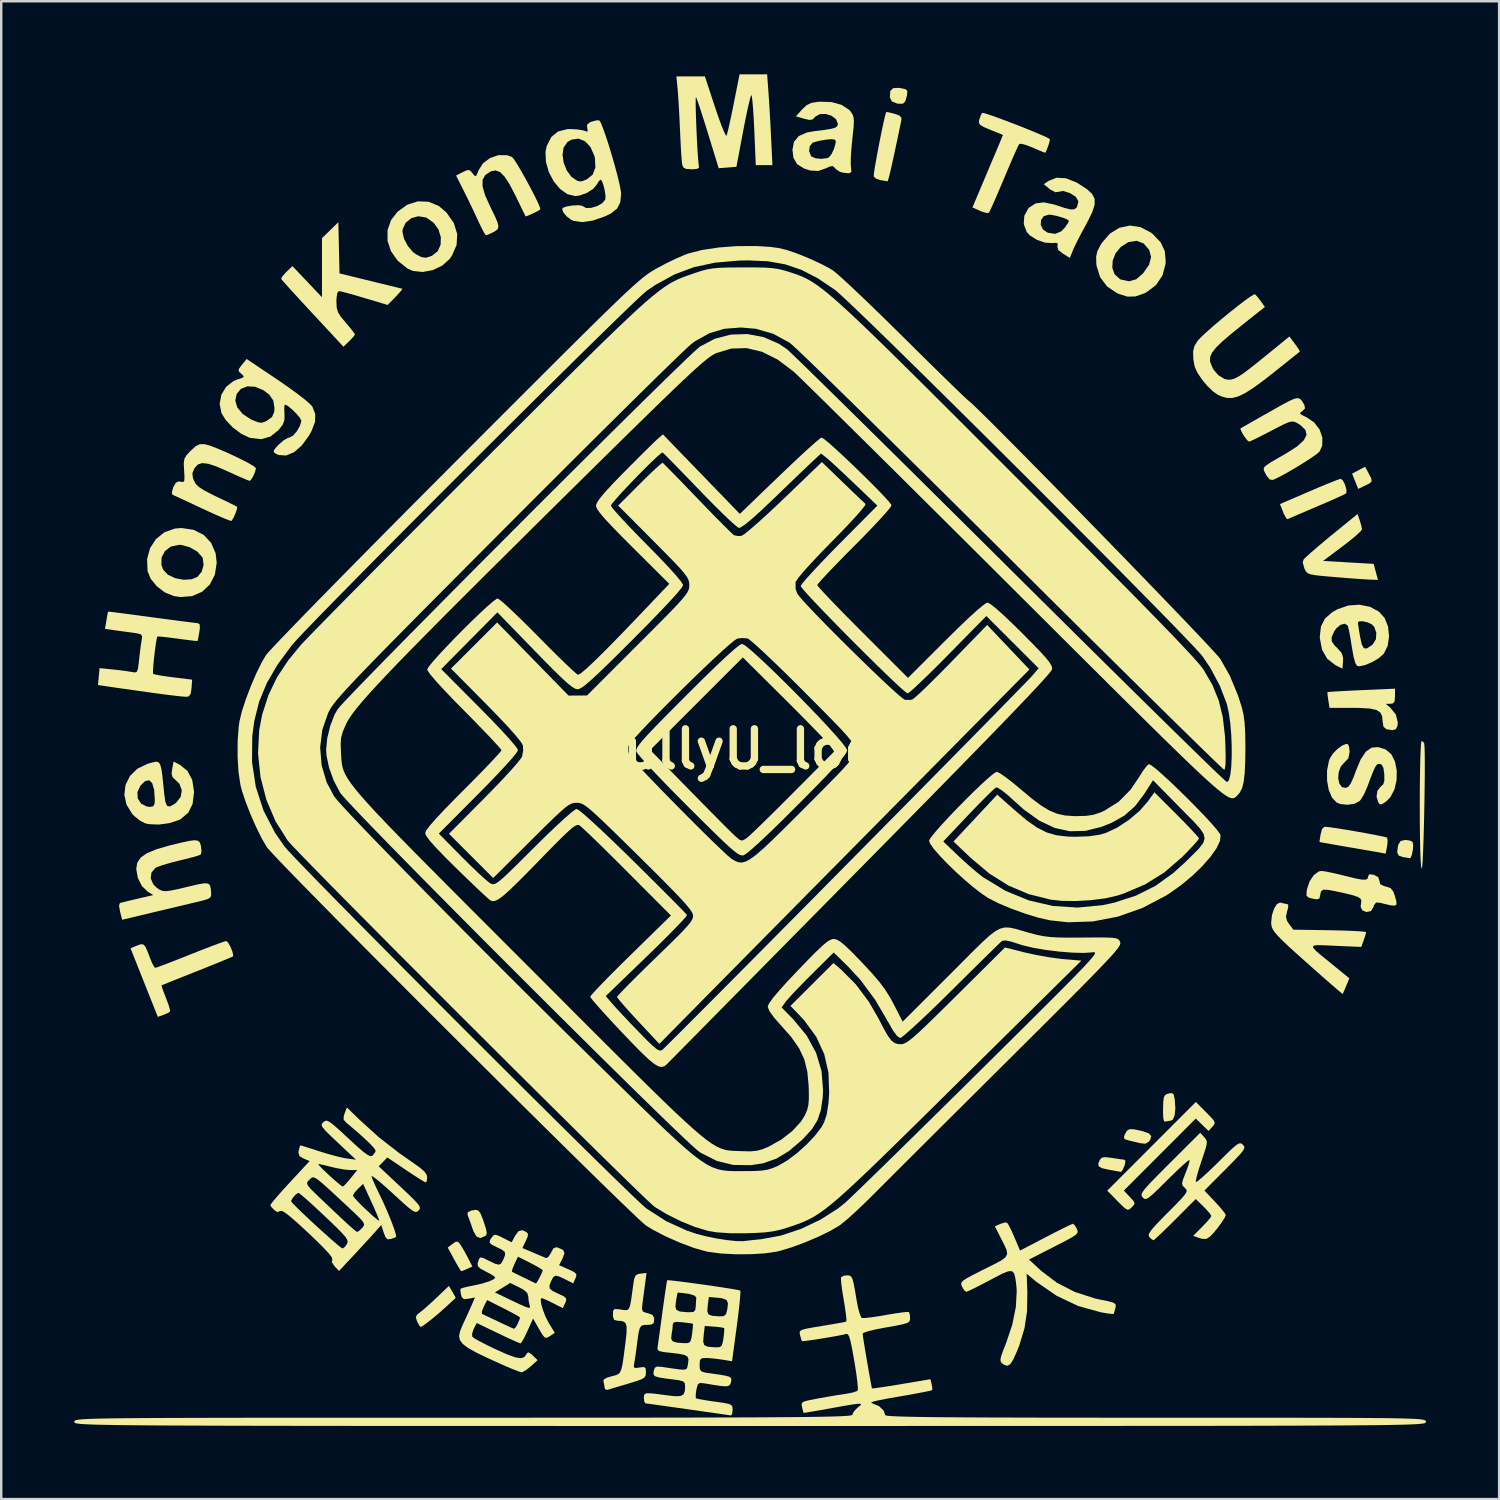
<source format=kicad_pcb>
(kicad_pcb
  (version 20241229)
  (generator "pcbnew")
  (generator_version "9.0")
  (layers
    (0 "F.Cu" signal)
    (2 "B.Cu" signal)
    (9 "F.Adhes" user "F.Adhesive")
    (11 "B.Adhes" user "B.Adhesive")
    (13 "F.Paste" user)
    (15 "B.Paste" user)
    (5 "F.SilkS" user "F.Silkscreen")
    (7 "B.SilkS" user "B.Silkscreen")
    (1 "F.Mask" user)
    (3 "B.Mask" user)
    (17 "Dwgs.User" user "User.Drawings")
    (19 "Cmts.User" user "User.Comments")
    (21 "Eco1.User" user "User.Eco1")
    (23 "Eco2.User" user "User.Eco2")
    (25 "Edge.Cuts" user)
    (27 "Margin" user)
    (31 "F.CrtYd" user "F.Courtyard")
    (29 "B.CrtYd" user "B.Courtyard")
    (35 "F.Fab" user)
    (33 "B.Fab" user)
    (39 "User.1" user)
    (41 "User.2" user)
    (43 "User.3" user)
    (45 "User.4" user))
  (footprint "BullyU_logo"
    (layer "F.Cu")
    (at 27.686 27.686)
    (property "Reference" "BullyU_logo" (at 0 0 0) (layer "F.SilkS") (effects (font (size 1.524 1.524) (thickness 0.3))))
    (attr board_only exclude_from_pos_files exclude_from_bom)
    (fp_poly (pts (xy 25.418 -11.317) (xy 25.527 -11.104) (xy 25.542 -10.984) (xy 25.449 -10.899) (xy 25.28 -10.815) (xy 24.991 -10.678) (xy 24.865 -10.99) (xy 24.739 -11.303) (xy 25.273 -11.585)) (stroke (width 0) (type solid)) (fill yes) (layer "F.SilkS"))
    (fp_poly (pts (xy -11.941 20.219) (xy -11.868 20.301) (xy -11.764 20.461) (xy -11.626 20.702) (xy -11.555 20.838) (xy -11.354 21.228) (xy -11.565 21.324) (xy -11.731 21.395) (xy -11.809 21.421) (xy -11.862 21.352) (xy -11.97 21.174) (xy -12.103 20.936) (xy -12.366 20.451) (xy -12.173 20.303) (xy -12.028 20.207)) (stroke (width 0) (type solid)) (fill yes) (layer "F.SilkS"))
    (fp_poly (pts (xy 6.209 -27.121) (xy 6.415 -27.078) (xy 6.492 -27.006) (xy 6.483 -26.858) (xy 6.472 -26.806) (xy 6.408 -26.577) (xy 6.311 -26.481) (xy 6.134 -26.48) (xy 6.054 -26.495) (xy 5.858 -26.571) (xy 5.781 -26.726) (xy 5.778 -26.755) (xy 5.79 -26.998) (xy 5.905 -27.118) (xy 6.141 -27.131)) (stroke (width 0) (type solid)) (fill yes) (layer "F.SilkS"))
    (fp_poly (pts (xy 27.122 3.754) (xy 27.224 3.815) (xy 27.246 3.943) (xy 27.233 4.137) (xy 27.194 4.33) (xy 27.141 4.457) (xy 27.111 4.475) (xy 26.99 4.454) (xy 26.818 4.427) (xy 26.651 4.367) (xy 26.589 4.232) (xy 26.62 3.988) (xy 26.639 3.916) (xy 26.732 3.768) (xy 26.929 3.725)) (stroke (width 0) (type solid)) (fill yes) (layer "F.SilkS"))
    (fp_poly (pts (xy 15.792 15.598) (xy 16.085 15.661) (xy 16.134 15.673) (xy 16.395 15.764) (xy 16.499 15.877) (xy 16.457 16.029) (xy 16.404 16.102) (xy 16.265 16.19) (xy 16.045 16.169) (xy 16.044 16.169) (xy 15.773 16.102) (xy 15.56 16.052) (xy 15.401 15.999) (xy 15.38 15.905) (xy 15.425 15.789) (xy 15.504 15.655) (xy 15.612 15.594)) (stroke (width 0) (type solid)) (fill yes) (layer "F.SilkS"))
    (fp_poly (pts (xy -12.176 22.268) (xy -12.036 22.511) (xy -12.432 22.879) (xy -12.701 23.12) (xy -12.975 23.35) (xy -13.219 23.542) (xy -13.399 23.669) (xy -13.478 23.707) (xy -13.539 23.639) (xy -13.621 23.484) (xy -13.677 23.311) (xy -13.62 23.198) (xy -13.529 23.129) (xy -13.376 23.008) (xy -13.147 22.807) (xy -12.885 22.566) (xy -12.825 22.51) (xy -12.316 22.024)) (stroke (width 0) (type solid)) (fill yes) (layer "F.SilkS"))
    (fp_poly (pts (xy -11.108 18.933) (xy -11.018 19.056) (xy -10.921 19.301) (xy -10.876 19.431) (xy -10.79 19.703) (xy -10.764 19.861) (xy -10.794 19.948) (xy -10.839 19.984) (xy -11.034 20.061) (xy -11.183 19.999) (xy -11.308 19.785) (xy -11.353 19.663) (xy -11.444 19.399) (xy -11.523 19.187) (xy -11.548 19.124) (xy -11.55 19.008) (xy -11.41 18.936) (xy -11.389 18.931) (xy -11.222 18.901)) (stroke (width 0) (type solid)) (fill yes) (layer "F.SilkS"))
    (fp_poly (pts (xy 17.417 14.168) (xy 17.458 14.345) (xy 17.468 14.421) (xy 17.488 14.756) (xy 17.458 15.029) (xy 17.384 15.2) (xy 17.311 15.24) (xy 17.13 15.27) (xy 17.088 15.283) (xy 17.027 15.269) (xy 16.993 15.15) (xy 16.983 14.898) (xy 16.984 14.758) (xy 16.993 14.454) (xy 17.019 14.277) (xy 17.076 14.186) (xy 17.18 14.139) (xy 17.207 14.132) (xy 17.345 14.11)) (stroke (width 0) (type solid)) (fill yes) (layer "F.SilkS"))
    (fp_poly (pts (xy 14.827 16.764) (xy 14.876 16.772) (xy 15.136 16.812) (xy 15.332 16.839) (xy 15.384 16.844) (xy 15.442 16.891) (xy 15.416 17.044) (xy 15.397 17.103) (xy 15.32 17.275) (xy 15.256 17.347) (xy 15.253 17.347) (xy 15.145 17.327) (xy 14.926 17.287) (xy 14.753 17.255) (xy 14.474 17.192) (xy 14.34 17.114) (xy 14.328 16.996) (xy 14.389 16.856) (xy 14.465 16.767) (xy 14.594 16.74)) (stroke (width 0) (type solid)) (fill yes) (layer "F.SilkS"))
    (fp_poly (pts (xy 18.748 14.898) (xy 18.965 15.119) (xy 19.078 15.258) (xy 19.103 15.352) (xy 19.057 15.438) (xy 19.009 15.492) (xy 18.851 15.667) (xy 18.588 15.413) (xy 18.325 15.158) (xy 16.849 16.636) (xy 15.373 18.114) (xy 15.62 18.372) (xy 15.772 18.538) (xy 15.816 18.638) (xy 15.765 18.73) (xy 15.699 18.798) (xy 15.607 18.881) (xy 15.526 18.9) (xy 15.42 18.84) (xy 15.253 18.684) (xy 15.112 18.541) (xy 14.694 18.116) (xy 16.511 16.297) (xy 18.329 14.478)) (stroke (width 0) (type solid)) (fill yes) (layer "F.SilkS"))
    (fp_poly (pts (xy 23.865 3.21) (xy 24.167 3.255) (xy 24.537 3.315) (xy 24.938 3.384) (xy 25.336 3.455) (xy 25.693 3.522) (xy 25.974 3.579) (xy 26.144 3.619) (xy 26.175 3.631) (xy 26.198 3.741) (xy 26.182 3.944) (xy 26.175 3.985) (xy 26.12 4.287) (xy 24.765 4.051) (xy 24.31 3.972) (xy 23.919 3.904) (xy 23.62 3.852) (xy 23.441 3.82) (xy 23.402 3.813) (xy 23.41 3.737) (xy 23.439 3.552) (xy 23.449 3.493) (xy 23.506 3.277) (xy 23.598 3.192) (xy 23.668 3.187)) (stroke (width 0) (type solid)) (fill yes) (layer "F.SilkS"))
    (fp_poly (pts (xy 24.363 -11.019) (xy 24.448 -10.852) (xy 24.504 -10.659) (xy 24.506 -10.515) (xy 24.491 -10.491) (xy 24.394 -10.439) (xy 24.169 -10.334) (xy 23.848 -10.19) (xy 23.458 -10.022) (xy 23.283 -9.947) (xy 22.876 -9.774) (xy 22.525 -9.624) (xy 22.261 -9.51) (xy 22.111 -9.444) (xy 22.089 -9.433) (xy 22.03 -9.484) (xy 21.943 -9.648) (xy 21.909 -9.728) (xy 21.781 -10.054) (xy 22.982 -10.572) (xy 23.403 -10.752) (xy 23.771 -10.904) (xy 24.059 -11.018) (xy 24.236 -11.082) (xy 24.275 -11.091)) (stroke (width 0) (type solid)) (fill yes) (layer "F.SilkS"))
    (fp_poly (pts (xy 5.707 -26.13) (xy 5.894 -26.087) (xy 5.961 -26.069) (xy 6.17 -25.994) (xy 6.249 -25.904) (xy 6.245 -25.796) (xy 6.082 -25.017) (xy 5.95 -24.396) (xy 5.846 -23.923) (xy 5.768 -23.588) (xy 5.713 -23.384) (xy 5.68 -23.299) (xy 5.674 -23.296) (xy 5.567 -23.317) (xy 5.392 -23.344) (xy 5.205 -23.406) (xy 5.112 -23.492) (xy 5.118 -23.597) (xy 5.152 -23.831) (xy 5.209 -24.16) (xy 5.28 -24.548) (xy 5.359 -24.959) (xy 5.44 -25.357) (xy 5.514 -25.708) (xy 5.576 -25.975) (xy 5.618 -26.123) (xy 5.626 -26.139)) (stroke (width 0) (type solid)) (fill yes) (layer "F.SilkS"))
    (fp_poly (pts (xy 27.682 -0.271) (xy 27.698 -0.233) (xy 27.711 -0.1) (xy 27.72 0.168) (xy 27.723 0.548) (xy 27.722 1.012) (xy 27.717 1.537) (xy 27.709 2.098) (xy 27.698 2.669) (xy 27.685 3.225) (xy 27.67 3.741) (xy 27.653 4.193) (xy 27.636 4.555) (xy 27.618 4.802) (xy 27.601 4.908) (xy 27.598 4.911) (xy 27.574 4.828) (xy 27.554 4.587) (xy 27.538 4.2) (xy 27.526 3.677) (xy 27.519 3.03) (xy 27.517 2.286) (xy 27.519 1.615) (xy 27.526 1.013) (xy 27.536 0.499) (xy 27.55 0.092) (xy 27.566 -0.19) (xy 27.585 -0.328) (xy 27.592 -0.339)) (stroke (width 0) (type solid)) (fill yes) (layer "F.SilkS"))
    (fp_poly (pts (xy 26.501 -2.171) (xy 26.485 -1.964) (xy 26.418 -1.876) (xy 26.31 -1.86) (xy 26.12 -1.857) (xy 26.31 -1.698) (xy 26.535 -1.418) (xy 26.615 -1.093) (xy 26.603 -0.96) (xy 26.538 -0.818) (xy 26.394 -0.776) (xy 26.141 -0.82) (xy 26.026 -0.921) (xy 25.993 -1.136) (xy 25.971 -1.355) (xy 25.892 -1.509) (xy 25.73 -1.609) (xy 25.461 -1.666) (xy 25.062 -1.69) (xy 24.748 -1.693) (xy 23.813 -1.693) (xy 23.763 -2.006) (xy 23.735 -2.214) (xy 23.729 -2.332) (xy 23.732 -2.339) (xy 23.819 -2.35) (xy 24.046 -2.365) (xy 24.386 -2.384) (xy 24.808 -2.405) (xy 25.126 -2.42) (xy 26.501 -2.48)) (stroke (width 0) (type solid)) (fill yes) (layer "F.SilkS"))
    (fp_poly (pts (xy 25.054 -9.383) (xy 25.118 -9.169) (xy 25.146 -9.02) (xy 25.146 -9.018) (xy 25.082 -8.93) (xy 24.907 -8.767) (xy 24.649 -8.553) (xy 24.347 -8.319) (xy 23.549 -7.721) (xy 25.624 -7.601) (xy 25.712 -7.272) (xy 25.8 -6.943) (xy 25.452 -6.956) (xy 25.233 -6.968) (xy 24.892 -6.992) (xy 24.473 -7.024) (xy 24.024 -7.06) (xy 24.004 -7.062) (xy 23.555 -7.101) (xy 23.246 -7.134) (xy 23.045 -7.169) (xy 22.924 -7.216) (xy 22.852 -7.282) (xy 22.798 -7.375) (xy 22.786 -7.402) (xy 22.715 -7.656) (xy 22.748 -7.777) (xy 22.839 -7.872) (xy 23.037 -8.051) (xy 23.319 -8.295) (xy 23.66 -8.582) (xy 23.895 -8.775) (xy 24.962 -9.646)) (stroke (width 0) (type solid)) (fill yes) (layer "F.SilkS"))
    (fp_poly (pts (xy 17.543 2.684) (xy 17.86 3.004) (xy 18.129 3.285) (xy 18.33 3.503) (xy 18.442 3.638) (xy 18.457 3.666) (xy 18.401 3.751) (xy 18.247 3.927) (xy 18.019 4.169) (xy 17.759 4.433) (xy 17.036 5.059) (xy 16.251 5.549) (xy 15.367 5.925) (xy 15.113 6.008) (xy 14.624 6.12) (xy 14.035 6.196) (xy 13.413 6.233) (xy 12.824 6.225) (xy 12.372 6.176) (xy 11.471 5.95) (xy 10.646 5.601) (xy 9.868 5.115) (xy 9.106 4.475) (xy 9.086 4.456) (xy 8.386 3.79) (xy 10.18 1.868) (xy 10.902 2.511) (xy 11.391 2.923) (xy 11.813 3.22) (xy 12.207 3.418) (xy 12.613 3.535) (xy 13.069 3.588) (xy 13.377 3.596) (xy 13.938 3.577) (xy 14.378 3.513) (xy 14.626 3.443) (xy 15.096 3.224) (xy 15.583 2.904) (xy 16.024 2.53) (xy 16.346 2.164) (xy 16.628 1.772)) (stroke (width 0) (type solid)) (fill yes) (layer "F.SilkS"))
    (fp_poly (pts (xy -22.788 -8.996) (xy -22.376 -8.786) (xy -22.071 -8.459) (xy -21.889 -8.034) (xy -21.845 -7.647) (xy -21.92 -7.156) (xy -22.128 -6.753) (xy -22.446 -6.455) (xy -22.854 -6.278) (xy -23.33 -6.239) (xy -23.603 -6.279) (xy -23.968 -6.427) (xy -24.3 -6.679) (xy -24.554 -6.989) (xy -24.682 -7.303) (xy -24.692 -7.559) (xy -24.115 -7.559) (xy -24.043 -7.362) (xy -23.846 -7.155) (xy -23.546 -7.013) (xy -23.2 -6.948) (xy -22.865 -6.971) (xy -22.632 -7.07) (xy -22.46 -7.28) (xy -22.382 -7.562) (xy -22.418 -7.835) (xy -22.436 -7.874) (xy -22.64 -8.103) (xy -22.946 -8.282) (xy -23.29 -8.376) (xy -23.393 -8.382) (xy -23.722 -8.312) (xy -23.968 -8.127) (xy -24.107 -7.864) (xy -24.115 -7.559) (xy -24.692 -7.559) (xy -24.701 -7.799) (xy -24.579 -8.246) (xy -24.336 -8.62) (xy -23.991 -8.896) (xy -23.562 -9.049) (xy -23.288 -9.072)) (stroke (width 0) (type solid)) (fill yes) (layer "F.SilkS"))
    (fp_poly (pts (xy -13.153 -22.459) (xy -12.738 -22.288) (xy -12.418 -22.018) (xy -12.115 -21.582) (xy -11.977 -21.132) (xy -12.003 -20.682) (xy -12.194 -20.245) (xy -12.291 -20.109) (xy -12.598 -19.833) (xy -12.984 -19.652) (xy -13.399 -19.577) (xy -13.794 -19.62) (xy -14.016 -19.716) (xy -14.421 -20.042) (xy -14.696 -20.432) (xy -14.836 -20.858) (xy -14.835 -21.224) (xy -14.224 -21.224) (xy -14.16 -20.94) (xy -13.998 -20.636) (xy -13.779 -20.384) (xy -13.68 -20.31) (xy -13.443 -20.186) (xy -13.258 -20.161) (xy -13.046 -20.228) (xy -13.01 -20.245) (xy -12.775 -20.431) (xy -12.657 -20.697) (xy -12.649 -21.004) (xy -12.744 -21.314) (xy -12.938 -21.591) (xy -13.223 -21.795) (xy -13.264 -21.813) (xy -13.571 -21.864) (xy -13.861 -21.784) (xy -14.09 -21.599) (xy -14.213 -21.335) (xy -14.224 -21.224) (xy -14.835 -21.224) (xy -14.835 -21.292) (xy -14.689 -21.709) (xy -14.43 -22.044) (xy -14.025 -22.337) (xy -13.591 -22.475)) (stroke (width 0) (type solid)) (fill yes) (layer "F.SilkS"))
    (fp_poly (pts (xy -21.373 7.944) (xy -21.28 8.11) (xy -21.202 8.304) (xy -21.168 8.46) (xy -21.179 8.507) (xy -21.264 8.546) (xy -21.48 8.636) (xy -21.804 8.769) (xy -22.209 8.932) (xy -22.648 9.107) (xy -23.107 9.29) (xy -23.507 9.449) (xy -23.824 9.577) (xy -24.033 9.662) (xy -24.109 9.694) (xy -24.09 9.773) (xy -24.022 9.965) (xy -23.926 10.209) (xy -23.826 10.476) (xy -23.765 10.678) (xy -23.757 10.765) (xy -23.854 10.83) (xy -24.026 10.903) (xy -24.261 10.985) (xy -24.821 9.578) (xy -25.38 8.172) (xy -25.121 8.063) (xy -24.965 8.007) (xy -24.857 8.013) (xy -24.77 8.108) (xy -24.676 8.317) (xy -24.581 8.572) (xy -24.485 8.802) (xy -24.401 8.948) (xy -24.367 8.975) (xy -24.269 8.945) (xy -24.042 8.861) (xy -23.711 8.734) (xy -23.304 8.575) (xy -22.925 8.424) (xy -22.472 8.245) (xy -22.07 8.09) (xy -21.747 7.97) (xy -21.53 7.895) (xy -21.451 7.874)) (stroke (width 0) (type solid)) (fill yes) (layer "F.SilkS"))
    (fp_poly (pts (xy -16.806 -19.518) (xy -15.536 -19.208) (xy -15.097 -19.1) (xy -14.718 -19.008) (xy -14.429 -18.938) (xy -14.26 -18.896) (xy -14.228 -18.889) (xy -14.26 -18.83) (xy -14.383 -18.687) (xy -14.51 -18.552) (xy -14.831 -18.224) (xy -15.776 -18.507) (xy -16.159 -18.62) (xy -16.487 -18.711) (xy -16.723 -18.773) (xy -16.828 -18.793) (xy -16.899 -18.717) (xy -16.931 -18.479) (xy -16.933 -18.365) (xy -16.922 -18.118) (xy -16.87 -17.928) (xy -16.75 -17.736) (xy -16.552 -17.499) (xy -16.361 -17.274) (xy -16.225 -17.1) (xy -16.171 -17.015) (xy -16.171 -17.014) (xy -16.227 -16.93) (xy -16.364 -16.781) (xy -16.408 -16.738) (xy -16.645 -16.511) (xy -17.911 -17.873) (xy -18.281 -18.273) (xy -18.611 -18.632) (xy -18.883 -18.931) (xy -19.08 -19.152) (xy -19.186 -19.276) (xy -19.2 -19.294) (xy -19.159 -19.385) (xy -19.029 -19.537) (xy -18.98 -19.586) (xy -18.738 -19.818) (xy -18.132 -19.18) (xy -17.526 -18.541) (xy -17.526 -20.963) (xy -17.19 -21.291) (xy -16.854 -21.619)) (stroke (width 0) (type solid)) (fill yes) (layer "F.SilkS"))
    (fp_poly (pts (xy 16.059 -21.418) (xy 16.48 -21.197) (xy 16.572 -21.124) (xy 16.888 -20.789) (xy 17.055 -20.433) (xy 17.092 -20.011) (xy 17.084 -19.899) (xy 16.958 -19.432) (xy 16.69 -19.036) (xy 16.302 -18.743) (xy 16.223 -18.704) (xy 15.852 -18.574) (xy 15.524 -18.565) (xy 15.164 -18.677) (xy 15.103 -18.704) (xy 14.692 -18.977) (xy 14.404 -19.358) (xy 14.282 -19.743) (xy 14.902 -19.743) (xy 14.998 -19.479) (xy 15.211 -19.288) (xy 15.26 -19.265) (xy 15.585 -19.194) (xy 15.879 -19.276) (xy 16.165 -19.521) (xy 16.17 -19.527) (xy 16.412 -19.877) (xy 16.493 -20.194) (xy 16.414 -20.483) (xy 16.188 -20.746) (xy 15.901 -20.856) (xy 15.573 -20.806) (xy 15.553 -20.798) (xy 15.249 -20.605) (xy 15.034 -20.341) (xy 14.916 -20.042) (xy 14.902 -19.743) (xy 14.282 -19.743) (xy 14.257 -19.821) (xy 14.245 -19.924) (xy 14.239 -20.21) (xy 14.289 -20.435) (xy 14.419 -20.683) (xy 14.473 -20.77) (xy 14.804 -21.153) (xy 15.195 -21.392) (xy 15.622 -21.481)) (stroke (width 0) (type solid)) (fill yes) (layer "F.SilkS"))
    (fp_poly (pts (xy 9.652 -26.091) (xy 9.866 -26.024) (xy 10.174 -25.916) (xy 10.545 -25.778) (xy 10.947 -25.624) (xy 11.35 -25.465) (xy 11.721 -25.314) (xy 12.031 -25.182) (xy 12.248 -25.082) (xy 12.338 -25.029) (xy 12.33 -24.942) (xy 12.281 -24.774) (xy 12.215 -24.596) (xy 12.159 -24.481) (xy 12.144 -24.469) (xy 12.056 -24.5) (xy 11.859 -24.582) (xy 11.629 -24.682) (xy 11.368 -24.784) (xy 11.17 -24.836) (xy 11.085 -24.83) (xy 11.033 -24.734) (xy 10.929 -24.508) (xy 10.784 -24.179) (xy 10.611 -23.774) (xy 10.457 -23.41) (xy 10.269 -22.965) (xy 10.101 -22.575) (xy 9.964 -22.266) (xy 9.871 -22.066) (xy 9.835 -22.002) (xy 9.73 -22) (xy 9.536 -22.059) (xy 9.471 -22.087) (xy 9.163 -22.225) (xy 9.788 -23.706) (xy 9.983 -24.168) (xy 10.154 -24.572) (xy 10.289 -24.894) (xy 10.379 -25.11) (xy 10.414 -25.195) (xy 10.414 -25.196) (xy 10.342 -25.229) (xy 10.154 -25.307) (xy 9.902 -25.408) (xy 9.627 -25.524) (xy 9.48 -25.612) (xy 9.428 -25.7) (xy 9.441 -25.819) (xy 9.442 -25.823) (xy 9.508 -26.012) (xy 9.564 -26.106)) (stroke (width 0) (type solid)) (fill yes) (layer "F.SilkS"))
    (fp_poly (pts (xy 21.814 6.301) (xy 21.999 6.346) (xy 22.055 6.35) (xy 22.12 6.383) (xy 22.114 6.509) (xy 22.075 6.649) (xy 22.027 6.875) (xy 22.069 7.046) (xy 22.156 7.178) (xy 22.328 7.408) (xy 23.822 7.431) (xy 24.303 7.442) (xy 24.72 7.457) (xy 25.046 7.474) (xy 25.253 7.493) (xy 25.315 7.51) (xy 25.289 7.62) (xy 25.225 7.816) (xy 25.216 7.841) (xy 25.116 8.116) (xy 24.052 8.07) (xy 23.612 8.049) (xy 23.313 8.042) (xy 23.154 8.066) (xy 23.132 8.135) (xy 23.244 8.267) (xy 23.488 8.476) (xy 23.862 8.779) (xy 23.934 8.838) (xy 24.627 9.404) (xy 24.497 9.718) (xy 24.412 9.919) (xy 24.36 10.034) (xy 24.354 10.045) (xy 24.29 9.997) (xy 24.125 9.859) (xy 23.885 9.652) (xy 23.622 9.422) (xy 23.035 8.903) (xy 22.562 8.482) (xy 22.192 8.147) (xy 21.912 7.884) (xy 21.709 7.679) (xy 21.571 7.52) (xy 21.486 7.394) (xy 21.441 7.288) (xy 21.423 7.187) (xy 21.421 7.102) (xy 21.453 6.806) (xy 21.538 6.545) (xy 21.654 6.361) (xy 21.782 6.294)) (stroke (width 0) (type solid)) (fill yes) (layer "F.SilkS"))
    (fp_poly (pts (xy 23.64 5.018) (xy 23.917 5.074) (xy 24.264 5.154) (xy 24.463 5.204) (xy 24.87 5.303) (xy 25.14 5.354) (xy 25.301 5.356) (xy 25.379 5.31) (xy 25.4 5.215) (xy 25.4 5.209) (xy 25.447 5.136) (xy 25.609 5.152) (xy 25.633 5.158) (xy 25.815 5.255) (xy 25.859 5.404) (xy 25.897 5.544) (xy 26.052 5.621) (xy 26.123 5.637) (xy 26.317 5.703) (xy 26.431 5.846) (xy 26.489 6.007) (xy 26.554 6.236) (xy 26.564 6.37) (xy 26.493 6.423) (xy 26.317 6.408) (xy 26.009 6.336) (xy 25.886 6.305) (xy 25.723 6.294) (xy 25.641 6.4) (xy 25.621 6.471) (xy 25.511 6.647) (xy 25.325 6.683) (xy 25.162 6.616) (xy 25.09 6.475) (xy 25.106 6.327) (xy 25.121 6.22) (xy 25.086 6.136) (xy 24.977 6.065) (xy 24.772 5.995) (xy 24.446 5.915) (xy 24.027 5.825) (xy 23.724 5.77) (xy 23.549 5.769) (xy 23.464 5.833) (xy 23.433 5.973) (xy 23.43 6.009) (xy 23.395 6.135) (xy 23.284 6.163) (xy 23.165 6.144) (xy 22.955 6.092) (xy 22.87 6.012) (xy 22.873 5.848) (xy 22.894 5.728) (xy 22.999 5.421) (xy 23.168 5.171) (xy 23.368 5.021) (xy 23.48 4.997)) (stroke (width 0) (type solid)) (fill yes) (layer "F.SilkS"))
    (fp_poly (pts (xy -23.36 0.639) (xy -23.046 0.893) (xy -22.849 1.263) (xy -22.776 1.739) (xy -22.776 1.778) (xy -22.835 2.252) (xy -23.015 2.613) (xy -23.322 2.87) (xy -23.4 2.911) (xy -23.783 3.036) (xy -24.217 3.095) (xy -24.624 3.079) (xy -24.778 3.045) (xy -25.001 2.929) (xy -25.237 2.737) (xy -25.303 2.669) (xy -25.544 2.282) (xy -25.635 1.871) (xy -25.622 1.766) (xy -25.099 1.766) (xy -25.083 2.026) (xy -24.945 2.238) (xy -24.706 2.358) (xy -24.579 2.371) (xy -24.445 2.344) (xy -24.391 2.232) (xy -24.384 2.085) (xy -24.412 1.669) (xy -24.491 1.398) (xy -24.616 1.277) (xy -24.782 1.312) (xy -24.975 1.499) (xy -25.099 1.766) (xy -25.622 1.766) (xy -25.585 1.467) (xy -25.403 1.101) (xy -25.099 0.803) (xy -24.683 0.604) (xy -24.657 0.596) (xy -24.465 0.542) (xy -24.326 0.516) (xy -24.228 0.541) (xy -24.161 0.637) (xy -24.112 0.827) (xy -24.07 1.131) (xy -24.025 1.571) (xy -23.998 1.841) (xy -23.951 2.163) (xy -23.88 2.329) (xy -23.764 2.355) (xy -23.584 2.254) (xy -23.506 2.195) (xy -23.321 1.959) (xy -23.277 1.687) (xy -23.372 1.427) (xy -23.507 1.291) (xy -23.654 1.157) (xy -23.696 1.008) (xy -23.672 0.818) (xy -23.614 0.508)) (stroke (width 0) (type solid)) (fill yes) (layer "F.SilkS"))
    (fp_poly (pts (xy -9.929 -24.367) (xy -9.73 -24.296) (xy -9.65 -24.203) (xy -9.516 -23.999) (xy -9.348 -23.714) (xy -9.161 -23.382) (xy -8.974 -23.035) (xy -8.803 -22.705) (xy -8.667 -22.425) (xy -8.583 -22.226) (xy -8.567 -22.142) (xy -8.672 -22.078) (xy -8.846 -21.991) (xy -9.026 -21.908) (xy -9.151 -21.861) (xy -9.173 -21.859) (xy -9.213 -21.942) (xy -9.312 -22.144) (xy -9.453 -22.434) (xy -9.586 -22.708) (xy -9.828 -23.174) (xy -10.035 -23.492) (xy -10.221 -23.678) (xy -10.402 -23.744) (xy -10.591 -23.707) (xy -10.606 -23.7) (xy -10.824 -23.556) (xy -10.935 -23.36) (xy -10.938 -23.091) (xy -10.835 -22.731) (xy -10.624 -22.26) (xy -10.606 -22.225) (xy -10.425 -21.854) (xy -10.319 -21.602) (xy -10.285 -21.438) (xy -10.32 -21.332) (xy -10.421 -21.251) (xy -10.49 -21.213) (xy -10.677 -21.124) (xy -10.791 -21.082) (xy -10.796 -21.082) (xy -10.852 -21.153) (xy -10.957 -21.343) (xy -11.089 -21.614) (xy -11.127 -21.696) (xy -11.315 -22.101) (xy -11.532 -22.552) (xy -11.715 -22.921) (xy -12.023 -23.533) (xy -11.755 -23.671) (xy -11.57 -23.756) (xy -11.464 -23.751) (xy -11.365 -23.648) (xy -11.35 -23.628) (xy -11.257 -23.517) (xy -11.198 -23.522) (xy -11.134 -23.663) (xy -11.106 -23.741) (xy -10.918 -24.038) (xy -10.627 -24.254) (xy -10.281 -24.371)) (stroke (width 0) (type solid)) (fill yes) (layer "F.SilkS"))
    (fp_poly (pts (xy 20.844 -18.571) (xy 20.976 -18.402) (xy 20.991 -18.382) (xy 21.161 -18.143) (xy 20.238 -17.409) (xy 19.759 -17.021) (xy 19.403 -16.715) (xy 19.155 -16.472) (xy 18.999 -16.276) (xy 18.922 -16.109) (xy 18.907 -15.954) (xy 18.917 -15.884) (xy 19.038 -15.59) (xy 19.25 -15.342) (xy 19.505 -15.186) (xy 19.667 -15.155) (xy 19.793 -15.166) (xy 19.928 -15.208) (xy 20.093 -15.294) (xy 20.309 -15.439) (xy 20.597 -15.657) (xy 20.978 -15.961) (xy 21.306 -16.228) (xy 22.166 -16.929) (xy 22.394 -16.629) (xy 22.525 -16.445) (xy 22.592 -16.327) (xy 22.593 -16.308) (xy 22.52 -16.249) (xy 22.34 -16.106) (xy 22.08 -15.897) (xy 21.764 -15.644) (xy 21.709 -15.6) (xy 21.162 -15.169) (xy 20.72 -14.843) (xy 20.363 -14.613) (xy 20.069 -14.47) (xy 19.819 -14.406) (xy 19.591 -14.411) (xy 19.365 -14.477) (xy 19.232 -14.537) (xy 19.031 -14.679) (xy 18.793 -14.909) (xy 18.604 -15.134) (xy 18.395 -15.438) (xy 18.28 -15.698) (xy 18.228 -15.984) (xy 18.224 -16.029) (xy 18.218 -16.325) (xy 18.269 -16.537) (xy 18.398 -16.745) (xy 18.4 -16.748) (xy 18.535 -16.895) (xy 18.76 -17.107) (xy 19.05 -17.363) (xy 19.379 -17.642) (xy 19.723 -17.924) (xy 20.054 -18.187) (xy 20.349 -18.411) (xy 20.58 -18.575) (xy 20.723 -18.658) (xy 20.754 -18.663)) (stroke (width 0) (type solid)) (fill yes) (layer "F.SilkS"))
    (fp_poly (pts (xy 22.601 -14.374) (xy 22.68 -14.289) (xy 22.762 -14.151) (xy 22.78 -14.12) (xy 22.81 -13.981) (xy 22.699 -13.871) (xy 22.609 -13.801) (xy 22.627 -13.741) (xy 22.774 -13.661) (xy 22.865 -13.62) (xy 23.182 -13.406) (xy 23.406 -13.112) (xy 23.521 -12.778) (xy 23.512 -12.446) (xy 23.408 -12.214) (xy 23.293 -12.111) (xy 23.065 -11.95) (xy 22.762 -11.754) (xy 22.42 -11.544) (xy 22.076 -11.344) (xy 21.767 -11.176) (xy 21.529 -11.062) (xy 21.49 -11.046) (xy 21.361 -11.058) (xy 21.236 -11.212) (xy 21.205 -11.269) (xy 21.142 -11.387) (xy 21.11 -11.476) (xy 21.128 -11.554) (xy 21.217 -11.643) (xy 21.393 -11.761) (xy 21.679 -11.928) (xy 22.054 -12.144) (xy 22.488 -12.423) (xy 22.759 -12.67) (xy 22.871 -12.893) (xy 22.824 -13.099) (xy 22.622 -13.294) (xy 22.488 -13.377) (xy 22.38 -13.428) (xy 22.274 -13.443) (xy 22.136 -13.412) (xy 21.933 -13.325) (xy 21.631 -13.172) (xy 21.419 -13.06) (xy 21.076 -12.882) (xy 20.788 -12.738) (xy 20.587 -12.644) (xy 20.51 -12.615) (xy 20.433 -12.677) (xy 20.323 -12.822) (xy 20.22 -12.991) (xy 20.162 -13.122) (xy 20.164 -13.158) (xy 20.244 -13.206) (xy 20.445 -13.322) (xy 20.744 -13.492) (xy 21.112 -13.701) (xy 21.365 -13.844) (xy 21.808 -14.094) (xy 22.128 -14.267) (xy 22.35 -14.368) (xy 22.499 -14.402)) (stroke (width 0) (type solid)) (fill yes) (layer "F.SilkS"))
    (fp_poly (pts (xy 24.569 -0.202) (xy 24.616 -0.096) (xy 24.638 0.103) (xy 24.638 0.122) (xy 24.587 0.378) (xy 24.438 0.535) (xy 24.28 0.707) (xy 24.191 0.94) (xy 24.169 1.189) (xy 24.214 1.41) (xy 24.323 1.559) (xy 24.479 1.593) (xy 24.585 1.543) (xy 24.686 1.407) (xy 24.799 1.156) (xy 24.897 0.89) (xy 25.095 0.417) (xy 25.304 0.103) (xy 25.539 -0.06) (xy 25.812 -0.083) (xy 26.112 0.012) (xy 26.344 0.204) (xy 26.498 0.505) (xy 26.572 0.873) (xy 26.566 1.268) (xy 26.48 1.648) (xy 26.312 1.971) (xy 26.137 2.149) (xy 25.969 2.258) (xy 25.875 2.262) (xy 25.821 2.2) (xy 25.743 1.958) (xy 25.777 1.714) (xy 25.912 1.541) (xy 26.021 1.439) (xy 26.064 1.279) (xy 26.061 1.034) (xy 26.026 0.772) (xy 25.957 0.641) (xy 25.885 0.608) (xy 25.812 0.606) (xy 25.747 0.647) (xy 25.677 0.756) (xy 25.586 0.959) (xy 25.462 1.28) (xy 25.36 1.556) (xy 25.241 1.83) (xy 25.109 2.055) (xy 25.05 2.128) (xy 24.84 2.24) (xy 24.551 2.283) (xy 24.259 2.253) (xy 24.109 2.195) (xy 23.918 1.995) (xy 23.783 1.679) (xy 23.712 1.292) (xy 23.712 0.879) (xy 23.789 0.487) (xy 23.829 0.38) (xy 23.953 0.183) (xy 24.138 -0.006) (xy 24.338 -0.15) (xy 24.507 -0.214)) (stroke (width 0) (type solid)) (fill yes) (layer "F.SilkS"))
    (fp_poly (pts (xy 25.474 -5.839) (xy 25.838 -5.642) (xy 26.076 -5.378) (xy 26.216 -5.026) (xy 26.256 -4.625) (xy 26.199 -4.237) (xy 26.046 -3.924) (xy 26.033 -3.907) (xy 25.833 -3.731) (xy 25.565 -3.571) (xy 25.286 -3.452) (xy 25.049 -3.4) (xy 24.951 -3.411) (xy 24.876 -3.522) (xy 24.8 -3.788) (xy 24.728 -4.196) (xy 24.725 -4.217) (xy 24.67 -4.567) (xy 24.615 -4.857) (xy 24.568 -5.043) (xy 24.553 -5.081) (xy 24.431 -5.147) (xy 24.26 -5.097) (xy 24.089 -4.953) (xy 24.002 -4.824) (xy 23.901 -4.591) (xy 23.903 -4.423) (xy 24.021 -4.255) (xy 24.135 -4.144) (xy 24.31 -3.947) (xy 24.371 -3.753) (xy 24.368 -3.601) (xy 24.342 -3.301) (xy 24.048 -3.45) (xy 23.72 -3.707) (xy 23.506 -4.079) (xy 23.417 -4.549) (xy 23.415 -4.624) (xy 23.463 -5.038) (xy 23.543 -5.193) (xy 24.977 -5.193) (xy 24.99 -5.086) (xy 25.025 -4.863) (xy 25.069 -4.606) (xy 25.137 -4.295) (xy 25.22 -4.141) (xy 25.341 -4.128) (xy 25.523 -4.245) (xy 25.59 -4.302) (xy 25.716 -4.508) (xy 25.735 -4.769) (xy 25.651 -5.011) (xy 25.55 -5.118) (xy 25.374 -5.202) (xy 25.179 -5.246) (xy 25.026 -5.241) (xy 24.977 -5.193) (xy 23.543 -5.193) (xy 23.63 -5.361) (xy 23.936 -5.625) (xy 24.132 -5.736) (xy 24.583 -5.893) (xy 25.043 -5.925)) (stroke (width 0) (type solid)) (fill yes) (layer "F.SilkS"))
    (fp_poly (pts (xy -22.617 3.757) (xy -22.542 3.822) (xy -22.502 3.933) (xy -22.489 3.995) (xy -22.469 4.198) (xy -22.496 4.322) (xy -22.499 4.325) (xy -22.605 4.368) (xy -22.837 4.436) (xy -23.155 4.518) (xy -23.368 4.569) (xy -23.738 4.662) (xy -24.063 4.758) (xy -24.295 4.842) (xy -24.363 4.876) (xy -24.523 5.066) (xy -24.551 5.307) (xy -24.446 5.549) (xy -24.33 5.667) (xy -24.205 5.758) (xy -24.085 5.812) (xy -23.938 5.828) (xy -23.729 5.804) (xy -23.423 5.741) (xy -23.002 5.64) (xy -22.609 5.548) (xy -22.351 5.504) (xy -22.198 5.515) (xy -22.12 5.59) (xy -22.086 5.737) (xy -22.074 5.886) (xy -22.073 6.011) (xy -22.115 6.095) (xy -22.233 6.159) (xy -22.461 6.224) (xy -22.691 6.279) (xy -23.016 6.356) (xy -23.452 6.46) (xy -23.946 6.577) (xy -24.446 6.696) (xy -24.525 6.715) (xy -25.724 7.002) (xy -25.809 6.671) (xy -25.851 6.436) (xy -25.823 6.325) (xy -25.795 6.309) (xy -25.669 6.276) (xy -25.427 6.217) (xy -25.118 6.144) (xy -25.072 6.134) (xy -24.447 5.988) (xy -24.669 5.853) (xy -24.911 5.62) (xy -25.081 5.286) (xy -25.146 4.918) (xy -25.146 4.913) (xy -25.103 4.658) (xy -24.961 4.448) (xy -24.704 4.268) (xy -24.312 4.107) (xy -23.773 3.952) (xy -23.303 3.837) (xy -22.971 3.765) (xy -22.751 3.738)) (stroke (width 0) (type solid)) (fill yes) (layer "F.SilkS"))
    (fp_poly (pts (xy 0.791 -26.988) (xy 0.816 -26.626) (xy 0.845 -26.155) (xy 0.874 -25.637) (xy 0.899 -25.131) (xy 0.9 -25.125) (xy 0.956 -23.961) (xy 0.273 -23.961) (xy 0.212 -25.4) (xy 0.188 -25.872) (xy 0.162 -26.279) (xy 0.135 -26.594) (xy 0.11 -26.789) (xy 0.092 -26.839) (xy 0.059 -26.76) (xy 0.002 -26.541) (xy -0.074 -26.209) (xy -0.161 -25.789) (xy -0.243 -25.366) (xy -0.521 -23.892) (xy -0.885 -23.863) (xy -1.249 -23.834) (xy -1.697 -25.294) (xy -1.843 -25.761) (xy -1.972 -26.165) (xy -2.078 -26.483) (xy -2.151 -26.688) (xy -2.183 -26.755) (xy -2.192 -26.676) (xy -2.193 -26.462) (xy -2.187 -26.146) (xy -2.174 -25.762) (xy -2.157 -25.345) (xy -2.138 -24.927) (xy -2.116 -24.543) (xy -2.094 -24.226) (xy -2.074 -24.009) (xy -2.062 -23.939) (xy -2.063 -23.844) (xy -2.161 -23.801) (xy -2.363 -23.791) (xy -2.592 -23.807) (xy -2.704 -23.871) (xy -2.745 -23.982) (xy -2.763 -24.134) (xy -2.785 -24.418) (xy -2.807 -24.797) (xy -2.828 -25.234) (xy -2.834 -25.358) (xy -2.856 -25.844) (xy -2.881 -26.321) (xy -2.907 -26.738) (xy -2.93 -27.044) (xy -2.933 -27.072) (xy -2.983 -27.601) (xy -1.814 -27.601) (xy -1.397 -26.332) (xy -1.253 -25.909) (xy -1.124 -25.559) (xy -1.019 -25.307) (xy -0.949 -25.176) (xy -0.926 -25.167) (xy -0.891 -25.285) (xy -0.831 -25.536) (xy -0.754 -25.888) (xy -0.667 -26.307) (xy -0.632 -26.48) (xy -0.392 -27.686) (xy 0.739 -27.686)) (stroke (width 0) (type solid)) (fill yes) (layer "F.SilkS"))
    (fp_poly (pts (xy 13.003 -23.42) (xy 13.446 -23.244) (xy 13.857 -22.978) (xy 14.067 -22.786) (xy 14.174 -22.582) (xy 14.177 -22.336) (xy 14.075 -22.021) (xy 13.869 -21.606) (xy 13.829 -21.532) (xy 13.635 -21.176) (xy 13.46 -20.838) (xy 13.33 -20.568) (xy 13.29 -20.477) (xy 13.16 -20.155) (xy 12.883 -20.324) (xy 12.692 -20.474) (xy 12.646 -20.614) (xy 12.654 -20.646) (xy 12.662 -20.749) (xy 12.57 -20.775) (xy 12.442 -20.761) (xy 12.139 -20.781) (xy 11.808 -20.896) (xy 11.522 -21.075) (xy 11.39 -21.218) (xy 11.279 -21.514) (xy 11.965 -21.514) (xy 12.052 -21.325) (xy 12.245 -21.191) (xy 12.255 -21.188) (xy 12.559 -21.141) (xy 12.804 -21.243) (xy 12.956 -21.4) (xy 13.073 -21.565) (xy 13.123 -21.671) (xy 13.123 -21.673) (xy 13.05 -21.733) (xy 12.867 -21.806) (xy 12.634 -21.874) (xy 12.408 -21.92) (xy 12.298 -21.929) (xy 12.09 -21.866) (xy 11.978 -21.712) (xy 11.965 -21.514) (xy 11.279 -21.514) (xy 11.268 -21.543) (xy 11.291 -21.883) (xy 11.455 -22.183) (xy 11.484 -22.213) (xy 11.754 -22.39) (xy 12.091 -22.433) (xy 12.515 -22.346) (xy 12.584 -22.323) (xy 12.946 -22.203) (xy 13.185 -22.145) (xy 13.333 -22.147) (xy 13.423 -22.206) (xy 13.458 -22.26) (xy 13.51 -22.475) (xy 13.407 -22.658) (xy 13.16 -22.815) (xy 12.892 -22.901) (xy 12.722 -22.872) (xy 12.57 -22.848) (xy 12.381 -22.946) (xy 12.331 -22.984) (xy 12.09 -23.177) (xy 12.287 -23.315) (xy 12.614 -23.444)) (stroke (width 0) (type solid)) (fill yes) (layer "F.SilkS"))
    (fp_poly (pts (xy -22.318 -12.506) (xy -22.127 -12.453) (xy -21.846 -12.347) (xy -21.512 -12.205) (xy -21.157 -12.044) (xy -20.818 -11.879) (xy -20.528 -11.728) (xy -20.323 -11.606) (xy -20.236 -11.529) (xy -20.235 -11.525) (xy -20.27 -11.376) (xy -20.349 -11.195) (xy -20.438 -11.049) (xy -20.492 -11.007) (xy -20.59 -11.04) (xy -20.806 -11.131) (xy -21.106 -11.265) (xy -21.383 -11.392) (xy -21.847 -11.594) (xy -22.191 -11.708) (xy -22.439 -11.736) (xy -22.616 -11.68) (xy -22.745 -11.542) (xy -22.767 -11.505) (xy -22.843 -11.318) (xy -22.824 -11.137) (xy -22.779 -11.015) (xy -22.701 -10.877) (xy -22.57 -10.751) (xy -22.357 -10.614) (xy -22.03 -10.444) (xy -21.854 -10.359) (xy -21.517 -10.198) (xy -21.242 -10.064) (xy -21.061 -9.973) (xy -21.007 -9.942) (xy -21.014 -9.852) (xy -21.071 -9.682) (xy -21.151 -9.501) (xy -21.225 -9.378) (xy -21.241 -9.363) (xy -21.332 -9.386) (xy -21.548 -9.471) (xy -21.86 -9.605) (xy -22.24 -9.778) (xy -22.437 -9.869) (xy -22.843 -10.061) (xy -23.197 -10.226) (xy -23.47 -10.352) (xy -23.631 -10.425) (xy -23.66 -10.438) (xy -23.686 -10.528) (xy -23.636 -10.718) (xy -23.626 -10.743) (xy -23.524 -10.929) (xy -23.408 -10.984) (xy -23.329 -10.973) (xy -23.228 -10.958) (xy -23.178 -11.002) (xy -23.166 -11.141) (xy -23.181 -11.412) (xy -23.182 -11.431) (xy -23.197 -11.719) (xy -23.172 -11.904) (xy -23.088 -12.054) (xy -22.92 -12.234) (xy -22.91 -12.243) (xy -22.705 -12.429) (xy -22.544 -12.51) (xy -22.364 -12.513)) (stroke (width 0) (type solid)) (fill yes) (layer "F.SilkS"))
    (fp_poly (pts (xy 3.373 -26.549) (xy 3.79 -26.435) (xy 4.1 -26.232) (xy 4.171 -26.151) (xy 4.243 -26.041) (xy 4.285 -25.926) (xy 4.299 -25.767) (xy 4.287 -25.527) (xy 4.25 -25.168) (xy 4.234 -25.021) (xy 4.195 -24.621) (xy 4.173 -24.259) (xy 4.17 -23.984) (xy 4.18 -23.868) (xy 4.197 -23.695) (xy 4.133 -23.633) (xy 4.041 -23.629) (xy 3.828 -23.656) (xy 3.725 -23.685) (xy 3.562 -23.796) (xy 3.511 -23.852) (xy 3.427 -23.922) (xy 3.302 -23.901) (xy 3.173 -23.839) (xy 2.84 -23.723) (xy 2.505 -23.74) (xy 2.248 -23.826) (xy 1.969 -24.002) (xy 1.819 -24.258) (xy 1.786 -24.528) (xy 2.462 -24.528) (xy 2.539 -24.336) (xy 2.557 -24.316) (xy 2.72 -24.243) (xy 2.96 -24.218) (xy 3.19 -24.245) (xy 3.276 -24.281) (xy 3.382 -24.413) (xy 3.484 -24.631) (xy 3.548 -24.858) (xy 3.556 -24.938) (xy 3.519 -25.008) (xy 3.383 -25.027) (xy 3.154 -25.006) (xy 2.881 -24.959) (xy 2.662 -24.901) (xy 2.603 -24.877) (xy 2.486 -24.735) (xy 2.462 -24.528) (xy 1.786 -24.528) (xy 1.778 -24.594) (xy 1.842 -24.919) (xy 2.037 -25.153) (xy 2.373 -25.301) (xy 2.677 -25.355) (xy 3.096 -25.405) (xy 3.374 -25.451) (xy 3.539 -25.5) (xy 3.618 -25.562) (xy 3.641 -25.646) (xy 3.641 -25.656) (xy 3.567 -25.846) (xy 3.382 -25.986) (xy 3.142 -26.061) (xy 2.9 -26.053) (xy 2.712 -25.949) (xy 2.693 -25.925) (xy 2.598 -25.831) (xy 2.469 -25.816) (xy 2.252 -25.866) (xy 1.921 -25.961) (xy 2.174 -26.244) (xy 2.357 -26.419) (xy 2.549 -26.513) (xy 2.823 -26.558) (xy 2.886 -26.563)) (stroke (width 0) (type solid)) (fill yes) (layer "F.SilkS"))
    (fp_poly (pts (xy -4.269 21.943) (xy -4.314 22.283) (xy -4.359 22.62) (xy -4.375 22.742) (xy -4.396 22.963) (xy -4.36 23.073) (xy -4.237 23.125) (xy -4.158 23.142) (xy -3.968 23.209) (xy -3.899 23.335) (xy -3.895 23.408) (xy -3.917 23.554) (xy -4.018 23.613) (xy -4.184 23.622) (xy -4.327 23.628) (xy -4.424 23.665) (xy -4.489 23.764) (xy -4.537 23.954) (xy -4.582 24.265) (xy -4.612 24.511) (xy -4.653 24.816) (xy -4.696 25.093) (xy -4.712 25.18) (xy -4.733 25.346) (xy -4.675 25.397) (xy -4.497 25.372) (xy -4.315 25.35) (xy -4.245 25.41) (xy -4.233 25.569) (xy -4.242 25.689) (xy -4.288 25.776) (xy -4.402 25.849) (xy -4.617 25.929) (xy -4.962 26.034) (xy -4.974 26.038) (xy -5.314 26.139) (xy -5.598 26.224) (xy -5.782 26.28) (xy -5.821 26.292) (xy -5.915 26.258) (xy -5.927 26.209) (xy -5.956 26.024) (xy -5.977 25.96) (xy -5.966 25.866) (xy -5.833 25.789) (xy -5.646 25.734) (xy -5.491 25.695) (xy -5.379 25.65) (xy -5.299 25.574) (xy -5.241 25.44) (xy -5.192 25.22) (xy -5.143 24.89) (xy -5.083 24.422) (xy -5.074 24.352) (xy -5.029 23.955) (xy -5.026 23.696) (xy -5.074 23.545) (xy -5.184 23.474) (xy -5.367 23.454) (xy -5.397 23.454) (xy -5.535 23.42) (xy -5.585 23.29) (xy -5.588 23.198) (xy -5.578 23.036) (xy -5.516 22.973) (xy -5.354 22.981) (xy -5.255 22.996) (xy -5.107 23.019) (xy -5.005 23.015) (xy -4.934 22.958) (xy -4.883 22.822) (xy -4.838 22.58) (xy -4.786 22.208) (xy -4.76 22.013) (xy -4.717 21.745) (xy -4.662 21.602) (xy -4.568 21.54) (xy -4.454 21.52) (xy -4.21 21.492)) (stroke (width 0) (type solid)) (fill yes) (layer "F.SilkS"))
    (fp_poly (pts (xy -26.217 -5.634) (xy -25.991 -5.607) (xy -25.646 -5.563) (xy -25.207 -5.505) (xy -24.698 -5.437) (xy -24.511 -5.411) (xy -23.976 -5.339) (xy -23.495 -5.276) (xy -23.093 -5.224) (xy -22.798 -5.187) (xy -22.636 -5.169) (xy -22.616 -5.167) (xy -22.546 -5.124) (xy -22.535 -4.977) (xy -22.557 -4.808) (xy -22.595 -4.586) (xy -22.625 -4.452) (xy -22.631 -4.436) (xy -22.717 -4.441) (xy -22.932 -4.465) (xy -23.241 -4.504) (xy -23.452 -4.533) (xy -23.799 -4.578) (xy -24.076 -4.61) (xy -24.245 -4.623) (xy -24.279 -4.62) (xy -24.308 -4.522) (xy -24.344 -4.305) (xy -24.383 -4.016) (xy -24.419 -3.703) (xy -24.446 -3.412) (xy -24.459 -3.192) (xy -24.454 -3.09) (xy -24.453 -3.088) (xy -24.353 -3.058) (xy -24.126 -3.016) (xy -23.81 -2.969) (xy -23.629 -2.946) (xy -22.852 -2.85) (xy -22.877 -2.505) (xy -22.911 -2.274) (xy -22.985 -2.169) (xy -23.072 -2.147) (xy -23.21 -2.154) (xy -23.483 -2.182) (xy -23.86 -2.227) (xy -24.309 -2.286) (xy -24.638 -2.331) (xy -25.133 -2.401) (xy -25.596 -2.467) (xy -25.987 -2.522) (xy -26.271 -2.563) (xy -26.376 -2.579) (xy -26.716 -2.629) (xy -26.683 -2.976) (xy -26.65 -3.323) (xy -26.107 -3.268) (xy -25.779 -3.231) (xy -25.486 -3.191) (xy -25.325 -3.164) (xy -25.198 -3.145) (xy -25.122 -3.175) (xy -25.077 -3.288) (xy -25.045 -3.519) (xy -25.029 -3.677) (xy -24.991 -4.009) (xy -24.952 -4.307) (xy -24.923 -4.479) (xy -24.905 -4.63) (xy -24.957 -4.709) (xy -25.12 -4.752) (xy -25.243 -4.77) (xy -25.57 -4.814) (xy -25.929 -4.863) (xy -26.02 -4.876) (xy -26.427 -4.932) (xy -26.37 -5.281) (xy -26.332 -5.499) (xy -26.305 -5.628) (xy -26.3 -5.642)) (stroke (width 0) (type solid)) (fill yes) (layer "F.SilkS"))
    (fp_poly (pts (xy -19.338 -15.149) (xy -18.911 -14.854) (xy -18.529 -14.576) (xy -18.219 -14.335) (xy -18.006 -14.15) (xy -17.92 -14.053) (xy -17.801 -13.747) (xy -17.811 -13.423) (xy -17.955 -13.048) (xy -18.055 -12.868) (xy -18.355 -12.457) (xy -18.674 -12.18) (xy -18.996 -12.047) (xy -19.304 -12.067) (xy -19.418 -12.119) (xy -19.503 -12.184) (xy -19.499 -12.262) (xy -19.394 -12.394) (xy -19.296 -12.497) (xy -19.098 -12.669) (xy -18.92 -12.772) (xy -18.863 -12.785) (xy -18.722 -12.855) (xy -18.567 -13.028) (xy -18.437 -13.246) (xy -18.374 -13.452) (xy -18.373 -13.477) (xy -18.432 -13.595) (xy -18.578 -13.767) (xy -18.763 -13.947) (xy -18.937 -14.087) (xy -19.049 -14.139) (xy -19.07 -14.064) (xy -19.071 -13.874) (xy -19.064 -13.77) (xy -19.064 -13.513) (xy -19.133 -13.317) (xy -19.302 -13.097) (xy -19.303 -13.095) (xy -19.635 -12.826) (xy -20.019 -12.717) (xy -20.461 -12.767) (xy -20.503 -12.779) (xy -20.841 -12.94) (xy -21.185 -13.199) (xy -21.477 -13.507) (xy -21.65 -13.788) (xy -21.724 -14.167) (xy -21.698 -14.305) (xy -21.082 -14.305) (xy -21.002 -14.021) (xy -20.782 -13.753) (xy -20.447 -13.533) (xy -20.383 -13.503) (xy -20.155 -13.412) (xy -20.009 -13.389) (xy -19.871 -13.431) (xy -19.785 -13.475) (xy -19.575 -13.626) (xy -19.487 -13.827) (xy -19.475 -13.997) (xy -19.524 -14.307) (xy -19.695 -14.552) (xy -19.927 -14.724) (xy -20.268 -14.868) (xy -20.586 -14.884) (xy -20.849 -14.783) (xy -21.024 -14.576) (xy -21.082 -14.305) (xy -21.698 -14.305) (xy -21.654 -14.54) (xy -21.458 -14.866) (xy -21.157 -15.101) (xy -20.998 -15.165) (xy -20.795 -15.232) (xy -20.732 -15.286) (xy -20.786 -15.359) (xy -20.834 -15.4) (xy -20.938 -15.498) (xy -20.943 -15.585) (xy -20.847 -15.724) (xy -20.808 -15.772) (xy -20.616 -16.007)) (stroke (width 0) (type solid)) (fill yes) (layer "F.SilkS"))
    (fp_poly (pts (xy -6.091 -25.709) (xy -5.998 -25.485) (xy -5.883 -25.16) (xy -5.755 -24.767) (xy -5.624 -24.335) (xy -5.5 -23.899) (xy -5.391 -23.488) (xy -5.308 -23.135) (xy -5.26 -22.872) (xy -5.252 -22.773) (xy -5.287 -22.43) (xy -5.417 -22.177) (xy -5.669 -21.978) (xy -5.921 -21.855) (xy -6.423 -21.683) (xy -6.863 -21.623) (xy -7.214 -21.677) (xy -7.3 -21.717) (xy -7.485 -21.856) (xy -7.619 -22.017) (xy -7.67 -22.153) (xy -7.641 -22.21) (xy -7.474 -22.268) (xy -7.243 -22.305) (xy -7.014 -22.316) (xy -6.853 -22.295) (xy -6.819 -22.273) (xy -6.686 -22.2) (xy -6.471 -22.209) (xy -6.231 -22.282) (xy -6.022 -22.402) (xy -5.901 -22.551) (xy -5.892 -22.694) (xy -5.921 -22.909) (xy -5.975 -23.133) (xy -6.039 -23.307) (xy -6.093 -23.368) (xy -6.169 -23.3) (xy -6.244 -23.17) (xy -6.401 -22.984) (xy -6.66 -22.82) (xy -6.956 -22.713) (xy -7.133 -22.691) (xy -7.457 -22.77) (xy -7.758 -22.983) (xy -8.019 -23.298) (xy -8.218 -23.678) (xy -8.336 -24.09) (xy -8.349 -24.383) (xy -7.656 -24.383) (xy -7.608 -24.056) (xy -7.481 -23.74) (xy -7.291 -23.48) (xy -7.051 -23.319) (xy -6.925 -23.289) (xy -6.811 -23.317) (xy -6.656 -23.379) (xy -6.418 -23.572) (xy -6.307 -23.866) (xy -6.326 -24.244) (xy -6.351 -24.346) (xy -6.51 -24.705) (xy -6.736 -24.944) (xy -7.004 -25.048) (xy -7.288 -25.006) (xy -7.461 -24.901) (xy -7.612 -24.68) (xy -7.656 -24.383) (xy -8.349 -24.383) (xy -8.355 -24.498) (xy -8.304 -24.746) (xy -8.117 -25.115) (xy -7.839 -25.342) (xy -7.459 -25.437) (xy -7.338 -25.441) (xy -7.053 -25.426) (xy -6.82 -25.389) (xy -6.742 -25.364) (xy -6.631 -25.331) (xy -6.625 -25.413) (xy -6.642 -25.472) (xy -6.652 -25.618) (xy -6.537 -25.713) (xy -6.47 -25.741) (xy -6.275 -25.796) (xy -6.153 -25.8)) (stroke (width 0) (type solid)) (fill yes) (layer "F.SilkS"))
    (fp_poly (pts (xy 10.58 19.429) (xy 10.645 19.523) (xy 10.751 19.73) (xy 10.876 20.007) (xy 10.882 20.023) (xy 11.117 20.574) (xy 12.172 20.024) (xy 12.556 19.825) (xy 12.887 19.659) (xy 13.135 19.538) (xy 13.272 19.478) (xy 13.288 19.473) (xy 13.365 19.541) (xy 13.446 19.683) (xy 13.478 19.77) (xy 13.472 19.844) (xy 13.406 19.923) (xy 13.259 20.023) (xy 13.009 20.162) (xy 12.634 20.355) (xy 12.513 20.417) (xy 11.484 20.942) (xy 11.982 21.405) (xy 12.618 21.889) (xy 13.365 22.273) (xy 14.188 22.539) (xy 14.39 22.583) (xy 14.727 22.652) (xy 14.928 22.706) (xy 15.025 22.763) (xy 15.046 22.839) (xy 15.027 22.938) (xy 14.979 23.107) (xy 14.951 23.177) (xy 14.864 23.174) (xy 14.658 23.145) (xy 14.431 23.106) (xy 13.504 22.849) (xy 12.619 22.431) (xy 11.787 21.857) (xy 11.684 21.772) (xy 11.388 21.522) (xy 11.416 22.297) (xy 11.403 23.071) (xy 11.297 23.769) (xy 11.085 24.464) (xy 10.991 24.701) (xy 10.841 25.038) (xy 10.718 25.232) (xy 10.601 25.301) (xy 10.469 25.263) (xy 10.39 25.209) (xy 10.328 25.147) (xy 10.31 25.057) (xy 10.341 24.907) (xy 10.428 24.662) (xy 10.539 24.384) (xy 10.794 23.626) (xy 10.943 22.895) (xy 10.98 22.23) (xy 10.963 22.008) (xy 10.925 21.707) (xy 10.875 21.512) (xy 10.787 21.419) (xy 10.636 21.423) (xy 10.397 21.518) (xy 10.043 21.7) (xy 9.875 21.79) (xy 9.521 21.975) (xy 9.221 22.127) (xy 9.005 22.23) (xy 8.907 22.267) (xy 8.821 22.199) (xy 8.736 22.055) (xy 8.702 21.967) (xy 8.708 21.893) (xy 8.773 21.815) (xy 8.92 21.716) (xy 9.171 21.579) (xy 9.547 21.388) (xy 9.652 21.336) (xy 10.071 21.127) (xy 10.357 20.973) (xy 10.525 20.844) (xy 10.588 20.711) (xy 10.561 20.544) (xy 10.457 20.314) (xy 10.296 19.998) (xy 10.084 19.581) (xy 10.298 19.484) (xy 10.477 19.426)) (stroke (width 0) (type solid)) (fill yes) (layer "F.SilkS"))
    (fp_poly (pts (xy -0.177 -4.259) (xy 0.033 -4.092) (xy 0.324 -3.835) (xy 0.679 -3.505) (xy 1.082 -3.119) (xy 1.514 -2.694) (xy 1.959 -2.248) (xy 2.401 -1.797) (xy 2.822 -1.358) (xy 3.205 -0.95) (xy 3.533 -0.588) (xy 3.79 -0.291) (xy 3.959 -0.074) (xy 4.022 0.043) (xy 4.022 0.046) (xy 3.992 0.135) (xy 3.897 0.279) (xy 3.728 0.487) (xy 3.475 0.769) (xy 3.13 1.135) (xy 2.682 1.597) (xy 2.122 2.163) (xy 2.009 2.277) (xy 1.438 2.846) (xy 0.934 3.338) (xy 0.507 3.744) (xy 0.167 4.054) (xy -0.077 4.26) (xy -0.216 4.353) (xy -0.226 4.356) (xy -0.294 4.363) (xy -0.376 4.342) (xy -0.483 4.282) (xy -0.629 4.171) (xy -0.828 3.999) (xy -1.091 3.755) (xy -1.431 3.425) (xy -1.863 3.001) (xy -2.398 2.469) (xy -2.513 2.354) (xy -3.002 1.863) (xy -3.452 1.402) (xy -3.85 0.987) (xy -4.181 0.633) (xy -4.431 0.355) (xy -4.585 0.168) (xy -4.629 0.097) (xy -4.63 0.035) (xy -4.058 0.035) (xy -2.44 1.69) (xy -2 2.138) (xy -1.586 2.558) (xy -1.217 2.93) (xy -0.912 3.236) (xy -0.688 3.457) (xy -0.566 3.573) (xy -0.398 3.716) (xy -0.289 3.754) (xy -0.17 3.698) (xy -0.092 3.643) (xy 0.023 3.543) (xy 0.241 3.339) (xy 0.541 3.049) (xy 0.908 2.69) (xy 1.322 2.279) (xy 1.767 1.833) (xy 1.809 1.791) (xy 3.492 0.097) (xy 3.319 -0.142) (xy 3.214 -0.263) (xy 3.007 -0.485) (xy 2.713 -0.79) (xy 2.351 -1.16) (xy 1.938 -1.578) (xy 1.49 -2.026) (xy 1.444 -2.072) (xy -0.258 -3.762) (xy -2.158 -1.863) (xy -4.058 0.035) (xy -4.63 0.035) (xy -4.63 0.03) (xy -4.594 -0.059) (xy -4.512 -0.184) (xy -4.373 -0.356) (xy -4.164 -0.589) (xy -3.875 -0.893) (xy -3.496 -1.282) (xy -3.015 -1.767) (xy -2.573 -2.21) (xy -1.908 -2.871) (xy -1.356 -3.408) (xy -0.918 -3.82) (xy -0.594 -4.109) (xy -0.382 -4.274) (xy -0.29 -4.318)) (stroke (width 0) (type solid)) (fill yes) (layer "F.SilkS"))
    (fp_poly (pts (xy 18.672 15.92) (xy 18.743 16.007) (xy 18.778 16.096) (xy 18.772 16.222) (xy 18.72 16.421) (xy 18.619 16.728) (xy 18.558 16.908) (xy 18.446 17.252) (xy 18.366 17.533) (xy 18.328 17.716) (xy 18.33 17.765) (xy 18.403 17.726) (xy 18.573 17.586) (xy 18.817 17.364) (xy 19.112 17.081) (xy 19.246 16.949) (xy 19.585 16.613) (xy 19.827 16.382) (xy 19.993 16.242) (xy 20.104 16.178) (xy 20.18 16.174) (xy 20.244 16.217) (xy 20.26 16.232) (xy 20.31 16.296) (xy 20.319 16.367) (xy 20.271 16.468) (xy 20.15 16.618) (xy 19.942 16.84) (xy 19.632 17.155) (xy 19.543 17.245) (xy 18.68 18.111) (xy 19.119 18.575) (xy 19.33 18.808) (xy 19.486 18.998) (xy 19.556 19.109) (xy 19.558 19.117) (xy 19.508 19.235) (xy 19.38 19.433) (xy 19.211 19.661) (xy 19.034 19.873) (xy 18.907 20.003) (xy 18.753 20.1) (xy 18.577 20.091) (xy 18.479 20.061) (xy 18.219 19.97) (xy 18.592 19.597) (xy 18.788 19.391) (xy 18.923 19.229) (xy 18.965 19.154) (xy 18.909 19.06) (xy 18.766 18.895) (xy 18.645 18.772) (xy 18.325 18.459) (xy 17.483 19.305) (xy 17.176 19.609) (xy 16.912 19.864) (xy 16.712 20.05) (xy 16.6 20.144) (xy 16.585 20.151) (xy 16.493 20.093) (xy 16.421 20.019) (xy 16.392 19.952) (xy 16.417 19.86) (xy 16.51 19.723) (xy 16.687 19.521) (xy 16.963 19.234) (xy 17.176 19.019) (xy 17.512 18.68) (xy 17.743 18.439) (xy 17.883 18.274) (xy 17.947 18.166) (xy 17.95 18.091) (xy 17.906 18.03) (xy 17.879 18.005) (xy 17.793 17.917) (xy 17.764 17.826) (xy 17.793 17.685) (xy 17.885 17.445) (xy 17.913 17.376) (xy 18.009 17.118) (xy 18.065 16.928) (xy 18.068 16.855) (xy 17.998 16.897) (xy 17.831 17.04) (xy 17.589 17.263) (xy 17.294 17.548) (xy 17.158 17.682) (xy 16.818 18.019) (xy 16.576 18.25) (xy 16.411 18.39) (xy 16.302 18.454) (xy 16.227 18.457) (xy 16.166 18.413) (xy 16.148 18.394) (xy 16.107 18.336) (xy 16.099 18.269) (xy 16.139 18.177) (xy 16.239 18.043) (xy 16.412 17.848) (xy 16.673 17.578) (xy 17.034 17.213) (xy 17.258 16.989) (xy 18.509 15.741)) (stroke (width 0) (type solid)) (fill yes) (layer "F.SilkS"))
    (fp_poly (pts (xy 16.496 0.659) (xy 16.686 0.806) (xy 16.951 1.037) (xy 17.27 1.33) (xy 17.623 1.668) (xy 17.99 2.028) (xy 18.35 2.392) (xy 18.683 2.738) (xy 18.969 3.047) (xy 19.186 3.299) (xy 19.316 3.474) (xy 19.342 3.528) (xy 19.322 3.762) (xy 19.178 4.067) (xy 18.928 4.421) (xy 18.591 4.804) (xy 18.185 5.196) (xy 17.73 5.575) (xy 17.243 5.922) (xy 17.109 6.007) (xy 16.136 6.518) (xy 15.13 6.873) (xy 14.107 7.07) (xy 13.082 7.104) (xy 12.34 7.024) (xy 11.88 6.92) (xy 11.335 6.754) (xy 10.77 6.551) (xy 10.246 6.332) (xy 9.826 6.119) (xy 9.82 6.116) (xy 9.534 5.925) (xy 9.197 5.665) (xy 8.834 5.357) (xy 8.468 5.023) (xy 8.121 4.686) (xy 7.816 4.368) (xy 7.576 4.091) (xy 7.425 3.877) (xy 7.394 3.789) (xy 7.966 3.789) (xy 8.576 4.374) (xy 8.895 4.669) (xy 9.227 4.958) (xy 9.515 5.193) (xy 9.61 5.263) (xy 10.513 5.812) (xy 11.467 6.204) (xy 12.458 6.434) (xy 13.474 6.501) (xy 14.502 6.403) (xy 14.977 6.301) (xy 15.874 6.011) (xy 16.674 5.609) (xy 17.416 5.074) (xy 17.874 4.657) (xy 18.222 4.317) (xy 18.475 4.057) (xy 18.632 3.849) (xy 18.689 3.664) (xy 18.646 3.476) (xy 18.499 3.257) (xy 18.246 2.977) (xy 17.885 2.611) (xy 17.689 2.413) (xy 16.572 1.276) (xy 16.205 1.85) (xy 15.83 2.345) (xy 15.398 2.727) (xy 14.867 3.026) (xy 14.457 3.189) (xy 13.795 3.354) (xy 13.159 3.37) (xy 12.536 3.233) (xy 11.913 2.939) (xy 11.278 2.484) (xy 10.903 2.15) (xy 10.617 1.89) (xy 10.373 1.695) (xy 10.201 1.585) (xy 10.137 1.571) (xy 10.044 1.644) (xy 9.857 1.82) (xy 9.597 2.079) (xy 9.284 2.399) (xy 8.995 2.701) (xy 7.966 3.789) (xy 7.394 3.789) (xy 7.383 3.756) (xy 7.449 3.637) (xy 7.616 3.426) (xy 7.862 3.144) (xy 8.167 2.813) (xy 8.509 2.455) (xy 8.867 2.09) (xy 9.22 1.741) (xy 9.546 1.429) (xy 9.825 1.176) (xy 10.035 1.003) (xy 10.154 0.932) (xy 10.161 0.931) (xy 10.28 0.984) (xy 10.494 1.129) (xy 10.775 1.343) (xy 11.091 1.604) (xy 11.103 1.614) (xy 11.586 2.018) (xy 11.982 2.316) (xy 12.324 2.522) (xy 12.642 2.653) (xy 12.967 2.723) (xy 13.331 2.748) (xy 13.42 2.749) (xy 13.818 2.739) (xy 14.12 2.696) (xy 14.399 2.605) (xy 14.575 2.527) (xy 15.16 2.162) (xy 15.662 1.651) (xy 15.997 1.151) (xy 16.159 0.894) (xy 16.306 0.7) (xy 16.401 0.616)) (stroke (width 0) (type solid)) (fill yes) (layer "F.SilkS"))
    (fp_poly (pts (xy -3.274 21.794) (xy -3.051 21.817) (xy -2.727 21.857) (xy -2.333 21.909) (xy -1.904 21.968) (xy -1.471 22.03) (xy -1.069 22.09) (xy -0.728 22.144) (xy -0.483 22.187) (xy -0.367 22.213) (xy -0.362 22.216) (xy -0.358 22.311) (xy -0.374 22.545) (xy -0.409 22.89) (xy -0.46 23.317) (xy -0.508 23.689) (xy -0.7 25.116) (xy -1.091 25.051) (xy -1.398 25.01) (xy -1.688 24.984) (xy -1.757 24.982) (xy -1.943 24.993) (xy -2.018 25.072) (xy -2.032 25.263) (xy -2.022 25.437) (xy -1.962 25.53) (xy -1.807 25.579) (xy -1.63 25.606) (xy -1.225 25.664) (xy -0.961 25.709) (xy -0.809 25.753) (xy -0.741 25.807) (xy -0.73 25.882) (xy -0.744 25.965) (xy -0.772 26.062) (xy -0.829 26.121) (xy -0.943 26.144) (xy -1.144 26.131) (xy -1.459 26.086) (xy -1.836 26.022) (xy -2.016 26.005) (xy -2.105 26.065) (xy -2.156 26.244) (xy -2.164 26.285) (xy -2.192 26.496) (xy -2.187 26.624) (xy -2.181 26.634) (xy -2.084 26.663) (xy -1.86 26.705) (xy -1.55 26.753) (xy -1.409 26.772) (xy -1.058 26.821) (xy -0.842 26.864) (xy -0.729 26.914) (xy -0.685 26.989) (xy -0.677 27.102) (xy -0.677 27.109) (xy -0.697 27.277) (xy -0.741 27.339) (xy -0.84 27.325) (xy -1.081 27.29) (xy -1.438 27.239) (xy -1.883 27.176) (xy -2.391 27.103) (xy -2.498 27.088) (xy -3.015 27.015) (xy -3.475 26.95) (xy -3.851 26.897) (xy -4.117 26.86) (xy -4.247 26.844) (xy -4.255 26.843) (xy -4.302 26.767) (xy -4.318 26.628) (xy -4.313 26.52) (xy -4.276 26.454) (xy -4.18 26.427) (xy -3.993 26.434) (xy -3.687 26.47) (xy -3.423 26.507) (xy -3.054 26.55) (xy -2.82 26.544) (xy -2.691 26.477) (xy -2.637 26.334) (xy -2.626 26.149) (xy -2.64 26.016) (xy -2.71 25.94) (xy -2.88 25.895) (xy -3.069 25.869) (xy -3.464 25.818) (xy -3.718 25.775) (xy -3.861 25.728) (xy -3.92 25.664) (xy -3.923 25.573) (xy -3.914 25.517) (xy -3.87 25.382) (xy -3.776 25.333) (xy -3.577 25.347) (xy -3.545 25.352) (xy -3.126 25.414) (xy -2.845 25.452) (xy -2.674 25.462) (xy -2.582 25.44) (xy -2.541 25.383) (xy -2.52 25.287) (xy -2.508 25.221) (xy -2.486 25.045) (xy -2.525 24.929) (xy -2.651 24.856) (xy -2.894 24.807) (xy -3.215 24.771) (xy -3.517 24.737) (xy -3.685 24.698) (xy -3.753 24.64) (xy -3.758 24.547) (xy -3.755 24.528) (xy -3.734 24.381) (xy -3.708 24.199) (xy -3.197 24.199) (xy -3.13 24.301) (xy -2.952 24.353) (xy -2.657 24.374) (xy -2.496 24.368) (xy -2.42 24.314) (xy -1.884 24.314) (xy -1.84 24.454) (xy -1.701 24.518) (xy -1.432 24.542) (xy -1.381 24.544) (xy -1.214 24.538) (xy -1.125 24.475) (xy -1.076 24.311) (xy -1.053 24.168) (xy -1.025 23.933) (xy -1.02 23.78) (xy -1.027 23.753) (xy -1.123 23.729) (xy -1.328 23.704) (xy -1.439 23.695) (xy -1.82 23.667) (xy -1.866 24.065) (xy -1.884 24.314) (xy -2.42 24.314) (xy -2.41 24.307) (xy -2.363 24.145) (xy -2.34 23.989) (xy -2.312 23.754) (xy -2.303 23.604) (xy -2.307 23.577) (xy -2.396 23.559) (xy -2.598 23.532) (xy -2.731 23.517) (xy -2.976 23.499) (xy -3.096 23.523) (xy -3.132 23.599) (xy -3.133 23.622) (xy -3.149 23.812) (xy -3.184 24.027) (xy -3.197 24.199) (xy -3.708 24.199) (xy -3.694 24.1) (xy -3.642 23.722) (xy -3.581 23.28) (xy -3.554 23.076) (xy -3.527 22.882) (xy -3.025 22.882) (xy -2.981 23.011) (xy -2.839 23.075) (xy -2.566 23.101) (xy -2.477 23.104) (xy -2.286 23.094) (xy -2.256 23.063) (xy -1.716 23.063) (xy -1.668 23.19) (xy -1.522 23.25) (xy -1.243 23.272) (xy -1.216 23.274) (xy -1.036 23.262) (xy -0.946 23.178) (xy -0.893 22.976) (xy -0.868 22.736) (xy -0.929 22.599) (xy -1.107 22.532) (xy -1.312 22.507) (xy -1.651 22.48) (xy -1.699 22.836) (xy -1.716 23.063) (xy -2.256 23.063) (xy -2.208 23.012) (xy -2.189 22.86) (xy -2.177 22.641) (xy -2.167 22.5) (xy -2.24 22.421) (xy -2.445 22.357) (xy -2.54 22.342) (xy -2.769 22.312) (xy -2.911 22.299) (xy -2.932 22.299) (xy -2.952 22.381) (xy -2.987 22.573) (xy -3.002 22.662) (xy -3.025 22.882) (xy -3.527 22.882) (xy -3.493 22.635) (xy -3.439 22.258) (xy -3.396 21.976) (xy -3.369 21.816) (xy -3.363 21.792)) (stroke (width 0) (type solid)) (fill yes) (layer "F.SilkS"))
    (fp_poly (pts (xy -9.147 19.808) (xy -9.075 19.881) (xy -9.083 19.994) (xy -9.163 20.179) (xy -9.302 20.471) (xy -8.863 20.657) (xy -8.604 20.767) (xy -8.404 20.851) (xy -8.331 20.882) (xy -8.239 20.84) (xy -8.14 20.686) (xy -8.129 20.661) (xy -8.03 20.484) (xy -7.914 20.439) (xy -7.842 20.454) (xy -7.634 20.546) (xy -7.576 20.676) (xy -7.649 20.886) (xy -7.659 20.906) (xy -7.797 21.173) (xy -7.415 21.342) (xy -7.191 21.449) (xy -7.093 21.533) (xy -7.093 21.633) (xy -7.127 21.715) (xy -7.22 21.92) (xy -7.544 21.755) (xy -7.795 21.636) (xy -7.945 21.604) (xy -8.038 21.665) (xy -8.114 21.806) (xy -8.192 22.005) (xy -8.179 22.134) (xy -8.054 22.237) (xy -7.831 22.343) (xy -7.607 22.45) (xy -7.51 22.534) (xy -7.51 22.634) (xy -7.547 22.724) (xy -7.643 22.936) (xy -8.052 22.729) (xy -8.289 22.613) (xy -8.462 22.538) (xy -8.516 22.521) (xy -8.552 22.591) (xy -8.529 22.77) (xy -8.458 23.016) (xy -8.353 23.286) (xy -8.225 23.536) (xy -8.215 23.553) (xy -7.972 23.95) (xy -8.175 24.083) (xy -8.293 24.15) (xy -8.379 24.145) (xy -8.471 24.042) (xy -8.605 23.818) (xy -8.621 23.79) (xy -8.865 23.363) (xy -9.094 23.874) (xy -9.218 24.133) (xy -9.322 24.316) (xy -9.382 24.383) (xy -9.477 24.348) (xy -9.692 24.253) (xy -9.993 24.114) (xy -10.308 23.964) (xy -11.176 23.547) (xy -11.297 23.78) (xy -11.365 23.973) (xy -11.358 24.109) (xy -11.262 24.181) (xy -11.044 24.304) (xy -10.737 24.462) (xy -10.384 24.632) (xy -9.934 24.833) (xy -9.608 24.951) (xy -9.382 24.99) (xy -9.234 24.952) (xy -9.142 24.84) (xy -9.119 24.787) (xy -9.048 24.75) (xy -8.904 24.851) (xy -8.879 24.876) (xy -8.678 25.071) (xy -8.955 25.32) (xy -9.147 25.473) (xy -9.3 25.56) (xy -9.336 25.567) (xy -9.455 25.533) (xy -9.688 25.444) (xy -9.993 25.316) (xy -10.16 25.242) (xy -10.756 24.971) (xy -11.21 24.751) (xy -11.537 24.567) (xy -11.751 24.404) (xy -11.867 24.246) (xy -11.899 24.078) (xy -11.86 23.886) (xy -11.766 23.652) (xy -11.727 23.567) (xy -11.582 23.252) (xy -11.545 23.169) (xy -10.964 23.169) (xy -10.954 23.177) (xy -10.847 23.225) (xy -10.63 23.327) (xy -10.346 23.463) (xy -10.287 23.491) (xy -10 23.627) (xy -9.775 23.73) (xy -9.653 23.782) (xy -9.644 23.784) (xy -9.577 23.722) (xy -9.496 23.576) (xy -9.424 23.406) (xy -9.398 23.323) (xy -9.468 23.271) (xy -9.657 23.163) (xy -9.928 23.019) (xy -10.073 22.946) (xy -10.748 22.606) (xy -10.889 22.878) (xy -10.962 23.061) (xy -10.964 23.169) (xy -11.545 23.169) (xy -11.447 22.953) (xy -11.372 22.785) (xy -11.249 22.498) (xy -11.508 22.55) (xy -11.695 22.567) (xy -11.784 22.496) (xy -11.82 22.388) (xy -11.835 22.291) (xy -10.43 22.291) (xy -9.766 22.611) (xy -9.402 22.783) (xy -9.167 22.886) (xy -9.037 22.925) (xy -8.988 22.906) (xy -8.999 22.835) (xy -9.008 22.811) (xy -9.049 22.62) (xy -9.059 22.471) (xy -9.099 22.319) (xy -9.241 22.188) (xy -9.431 22.084) (xy -9.803 21.904) (xy -10.43 22.291) (xy -11.835 22.291) (xy -11.847 22.215) (xy -11.836 22.137) (xy -11.738 22.102) (xy -11.527 22.051) (xy -11.339 22.014) (xy -10.967 21.931) (xy -10.667 21.838) (xy -10.472 21.748) (xy -10.414 21.681) (xy -10.483 21.615) (xy -10.661 21.508) (xy -10.8 21.436) (xy -10.809 21.431) (xy -9.735 21.431) (xy -9.731 21.442) (xy -9.644 21.487) (xy -9.458 21.58) (xy -9.224 21.694) (xy -8.993 21.806) (xy -8.816 21.891) (xy -8.744 21.924) (xy -8.697 21.861) (xy -8.607 21.701) (xy -8.596 21.679) (xy -8.507 21.496) (xy -8.467 21.387) (xy -8.467 21.384) (xy -8.536 21.326) (xy -8.719 21.217) (xy -8.975 21.082) (xy -8.975 21.082) (xy -9.484 20.825) (xy -9.625 21.122) (xy -9.707 21.316) (xy -9.735 21.431) (xy -10.809 21.431) (xy -11.029 21.313) (xy -11.131 21.213) (xy -11.139 21.1) (xy -11.128 21.059) (xy -11.077 20.908) (xy -11.014 20.853) (xy -10.891 20.886) (xy -10.68 20.991) (xy -10.422 21.115) (xy -10.267 21.153) (xy -10.172 21.101) (xy -10.092 20.958) (xy -10.089 20.951) (xy -10.011 20.753) (xy -10.024 20.63) (xy -10.153 20.531) (xy -10.329 20.447) (xy -10.557 20.335) (xy -10.65 20.245) (xy -10.628 20.137) (xy -10.556 20.03) (xy -10.478 19.943) (xy -10.388 19.927) (xy -10.233 19.987) (xy -10.093 20.057) (xy -9.742 20.236) (xy -9.61 19.982) (xy -9.467 19.782) (xy -9.308 19.738)) (stroke (width 0) (type solid)) (fill yes) (layer "F.SilkS"))
    (fp_poly (pts (xy -15.977 15.214) (xy -15.193 15.924) (xy -14.337 16.589) (xy -13.842 16.934) (xy -13.523 17.159) (xy -13.328 17.326) (xy -13.231 17.461) (xy -13.208 17.571) (xy -13.228 17.729) (xy -13.266 17.78) (xy -13.355 17.735) (xy -13.553 17.614) (xy -13.828 17.437) (xy -14.083 17.266) (xy -14.843 16.753) (xy -15.02 16.934) (xy -15.198 17.116) (xy -14.309 17.951) (xy -13.962 18.279) (xy -13.724 18.513) (xy -13.58 18.673) (xy -13.514 18.781) (xy -13.51 18.856) (xy -13.552 18.92) (xy -13.563 18.931) (xy -13.626 18.981) (xy -13.699 18.989) (xy -13.805 18.941) (xy -13.963 18.822) (xy -14.198 18.617) (xy -14.53 18.314) (xy -14.6 18.248) (xy -14.915 17.963) (xy -15.182 17.733) (xy -15.378 17.577) (xy -15.483 17.513) (xy -15.494 17.517) (xy -15.458 17.633) (xy -15.362 17.858) (xy -15.224 18.151) (xy -15.166 18.269) (xy -14.996 18.625) (xy -14.832 18.999) (xy -14.685 19.359) (xy -14.569 19.669) (xy -14.498 19.898) (xy -14.484 20.011) (xy -14.487 20.015) (xy -14.585 20.061) (xy -14.703 20.101) (xy -14.831 20.113) (xy -14.918 20.026) (xy -14.99 19.842) (xy -15.094 19.526) (xy -15.351 19.817) (xy -15.521 20.006) (xy -15.767 20.274) (xy -16.05 20.581) (xy -16.217 20.76) (xy -16.827 21.412) (xy -17.007 21.221) (xy -17.123 21.048) (xy -17.1 20.944) (xy -17.119 20.856) (xy -17.261 20.672) (xy -17.528 20.389) (xy -17.923 20.004) (xy -18.079 19.857) (xy -18.496 19.472) (xy -18.808 19.198) (xy -19.027 19.027) (xy -19.167 18.948) (xy -19.239 18.951) (xy -19.24 18.952) (xy -19.353 18.995) (xy -19.489 18.909) (xy -19.608 18.778) (xy -19.643 18.705) (xy -19.588 18.622) (xy -19.528 18.55) (xy -18.793 18.55) (xy -18.735 18.626) (xy -18.575 18.79) (xy -18.339 19.02) (xy -18.052 19.291) (xy -17.739 19.581) (xy -17.425 19.865) (xy -17.137 20.122) (xy -16.9 20.326) (xy -16.739 20.456) (xy -16.682 20.489) (xy -16.584 20.423) (xy -16.502 20.305) (xy -16.474 20.228) (xy -16.485 20.143) (xy -16.551 20.03) (xy -16.689 19.87) (xy -16.912 19.642) (xy -17.238 19.328) (xy -17.409 19.166) (xy -17.751 18.845) (xy -18.052 18.57) (xy -18.291 18.36) (xy -18.445 18.234) (xy -18.49 18.207) (xy -18.592 18.265) (xy -18.713 18.396) (xy -18.789 18.527) (xy -18.793 18.55) (xy -19.528 18.55) (xy -19.438 18.441) (xy -19.214 18.185) (xy -18.937 17.878) (xy -18.885 17.822) (xy -18.14 17.822) (xy -18.097 17.917) (xy -17.972 18.061) (xy -17.749 18.28) (xy -17.595 18.428) (xy -17.096 18.902) (xy -16.709 19.267) (xy -16.423 19.53) (xy -16.228 19.702) (xy -16.115 19.792) (xy -16.079 19.81) (xy -15.991 19.756) (xy -15.873 19.641) (xy -15.813 19.565) (xy -15.796 19.492) (xy -15.84 19.397) (xy -15.959 19.258) (xy -16.172 19.049) (xy -16.474 18.766) (xy -16.922 18.35) (xy -16.953 18.32) (xy -16.256 18.32) (xy -16.2 18.404) (xy -16.055 18.563) (xy -15.855 18.764) (xy -15.633 18.976) (xy -15.424 19.165) (xy -15.261 19.301) (xy -15.178 19.351) (xy -15.175 19.349) (xy -15.198 19.269) (xy -15.279 19.069) (xy -15.403 18.785) (xy -15.494 18.584) (xy -15.837 17.839) (xy -16.046 18.036) (xy -16.189 18.194) (xy -16.255 18.313) (xy -16.256 18.32) (xy -16.953 18.32) (xy -17.262 18.036) (xy -17.513 17.812) (xy -17.69 17.668) (xy -17.812 17.59) (xy -17.895 17.567) (xy -17.957 17.587) (xy -18.014 17.638) (xy -18.044 17.668) (xy -18.117 17.748) (xy -18.14 17.822) (xy -18.885 17.822) (xy -18.838 17.771) (xy -18.144 17.022) (xy -17.678 17.022) (xy -17.649 17.074) (xy -17.525 17.205) (xy -17.34 17.383) (xy -17.129 17.578) (xy -16.925 17.758) (xy -16.762 17.892) (xy -16.675 17.949) (xy -16.672 17.949) (xy -16.596 17.889) (xy -16.454 17.734) (xy -16.351 17.611) (xy -16.079 17.272) (xy -16.361 17.272) (xy -16.603 17.25) (xy -16.922 17.194) (xy -17.131 17.145) (xy -17.402 17.078) (xy -17.603 17.033) (xy -17.678 17.022) (xy -18.144 17.022) (xy -18.033 16.902) (xy -18.277 16.799) (xy -18.448 16.698) (xy -18.491 16.562) (xy -18.48 16.476) (xy -18.44 16.314) (xy -18.41 16.256) (xy -18.323 16.281) (xy -18.112 16.347) (xy -17.815 16.442) (xy -17.637 16.501) (xy -17.253 16.618) (xy -16.881 16.718) (xy -16.584 16.784) (xy -16.51 16.796) (xy -16.129 16.846) (xy -16.876 16.146) (xy -17.188 15.851) (xy -17.392 15.647) (xy -17.504 15.512) (xy -17.54 15.422) (xy -17.515 15.355) (xy -17.466 15.305) (xy -17.398 15.255) (xy -17.322 15.246) (xy -17.217 15.294) (xy -17.06 15.412) (xy -16.829 15.615) (xy -16.501 15.918) (xy -16.442 15.972) (xy -16.088 16.298) (xy -15.834 16.518) (xy -15.659 16.647) (xy -15.543 16.7) (xy -15.467 16.69) (xy -15.45 16.678) (xy -15.344 16.54) (xy -15.325 16.47) (xy -15.387 16.37) (xy -15.559 16.185) (xy -15.817 15.94) (xy -16.139 15.654) (xy -16.5 15.35) (xy -16.533 15.324) (xy -16.636 15.205) (xy -16.633 15.057) (xy -16.597 14.949) (xy -16.503 14.702)) (stroke (width 0) (type solid)) (fill yes) (layer "F.SilkS"))
    (fp_poly (pts (xy 3.843 -10.95) (xy 4.158 -10.647) (xy 4.433 -10.383) (xy 4.643 -10.184) (xy 4.763 -10.071) (xy 4.779 -10.058) (xy 4.744 -9.982) (xy 4.603 -9.803) (xy 4.37 -9.538) (xy 4.06 -9.203) (xy 3.686 -8.813) (xy 3.408 -8.531) (xy 2.949 -8.06) (xy 2.557 -7.645) (xy 2.245 -7.3) (xy 2.027 -7.038) (xy 1.915 -6.874) (xy 1.904 -6.846) (xy 1.908 -6.568) (xy 1.977 -6.38) (xy 2.074 -6.249) (xy 2.273 -6.023) (xy 2.556 -5.72) (xy 2.906 -5.356) (xy 3.306 -4.948) (xy 3.74 -4.512) (xy 4.19 -4.065) (xy 4.641 -3.623) (xy 5.074 -3.204) (xy 5.473 -2.824) (xy 5.822 -2.499) (xy 6.104 -2.246) (xy 6.301 -2.081) (xy 6.396 -2.022) (xy 6.602 -2.022) (xy 6.685 -2.03) (xy 6.776 -2.093) (xy 6.967 -2.263) (xy 7.239 -2.521) (xy 7.577 -2.852) (xy 7.962 -3.238) (xy 8.288 -3.571) (xy 9.767 -5.094) (xy 10.633 -4.181) (xy 11.5 -3.267) (xy 4.797 3.511) (xy 3.894 4.425) (xy 3.01 5.318) (xy 2.155 6.183) (xy 1.338 7.01) (xy 0.567 7.789) (xy -0.148 8.513) (xy -0.799 9.172) (xy -1.376 9.756) (xy -1.871 10.257) (xy -2.276 10.667) (xy -2.58 10.975) (xy -2.775 11.173) (xy -2.794 11.192) (xy -3.683 12.095) (xy -4.551 11.167) (xy -4.854 10.838) (xy -5.111 10.551) (xy -5.302 10.328) (xy -5.406 10.193) (xy -5.419 10.166) (xy -5.36 10.09) (xy -5.195 9.914) (xy -4.941 9.653) (xy -4.612 9.324) (xy -4.225 8.943) (xy -3.846 8.574) (xy -3.363 8.106) (xy -2.991 7.739) (xy -2.714 7.458) (xy -2.52 7.246) (xy -2.395 7.089) (xy -2.327 6.972) (xy -2.3 6.878) (xy -2.301 6.808) (xy -2.332 6.717) (xy -2.417 6.585) (xy -2.564 6.402) (xy -2.785 6.155) (xy -3.089 5.834) (xy -3.487 5.429) (xy -3.988 4.927) (xy -4.54 4.381) (xy -5.117 3.814) (xy -5.586 3.354) (xy -5.962 2.991) (xy -6.257 2.714) (xy -6.485 2.51) (xy -6.659 2.368) (xy -6.791 2.278) (xy -6.896 2.228) (xy -6.987 2.206) (xy -7.075 2.201) (xy -7.179 2.207) (xy -7.282 2.234) (xy -7.401 2.295) (xy -7.551 2.404) (xy -7.749 2.575) (xy -8.012 2.822) (xy -8.356 3.157) (xy -8.798 3.595) (xy -8.95 3.745) (xy -10.501 5.288) (xy -12.315 3.474) (xy -10.862 2.012) (xy -10.452 1.593) (xy -10.078 1.201) (xy -9.76 0.855) (xy -9.516 0.576) (xy -9.362 0.383) (xy -9.319 0.312) (xy -9.269 0.056) (xy -9.28 -0.114) (xy -4.963 -0.114) (xy -4.961 0.102) (xy -4.906 0.267) (xy -4.818 0.382) (xy -4.627 0.597) (xy -4.35 0.894) (xy -4.004 1.256) (xy -3.609 1.665) (xy -3.18 2.103) (xy -2.737 2.552) (xy -2.296 2.995) (xy -1.876 3.412) (xy -1.493 3.788) (xy -1.166 4.102) (xy -0.913 4.339) (xy -0.75 4.479) (xy -0.72 4.501) (xy -0.575 4.588) (xy -0.441 4.642) (xy -0.303 4.655) (xy -0.149 4.617) (xy 0.036 4.519) (xy 0.265 4.353) (xy 0.551 4.107) (xy 0.909 3.774) (xy 1.35 3.344) (xy 1.89 2.807) (xy 2.222 2.475) (xy 2.778 1.917) (xy 3.227 1.464) (xy 3.578 1.104) (xy 3.845 0.823) (xy 4.039 0.607) (xy 4.171 0.442) (xy 4.253 0.316) (xy 4.297 0.215) (xy 4.315 0.124) (xy 4.318 0.043) (xy 4.314 -0.049) (xy 4.293 -0.141) (xy 4.245 -0.245) (xy 4.157 -0.375) (xy 4.018 -0.545) (xy 3.816 -0.769) (xy 3.54 -1.059) (xy 3.177 -1.43) (xy 2.716 -1.895) (xy 2.223 -2.391) (xy 1.727 -2.884) (xy 1.263 -3.339) (xy 0.844 -3.741) (xy 0.487 -4.077) (xy 0.205 -4.331) (xy 0.015 -4.491) (xy -0.064 -4.542) (xy -0.293 -4.558) (xy -0.487 -4.533) (xy -0.602 -4.46) (xy -0.818 -4.282) (xy -1.117 -4.016) (xy -1.481 -3.678) (xy -1.894 -3.287) (xy -2.338 -2.858) (xy -2.797 -2.408) (xy -3.252 -1.955) (xy -3.688 -1.516) (xy -4.086 -1.107) (xy -4.43 -0.746) (xy -4.702 -0.449) (xy -4.885 -0.233) (xy -4.963 -0.116) (xy -4.963 -0.114) (xy -9.28 -0.114) (xy -9.282 -0.154) (xy -9.361 -0.291) (xy -9.553 -0.532) (xy -9.847 -0.864) (xy -10.233 -1.277) (xy -10.7 -1.758) (xy -10.783 -1.843) (xy -12.231 -3.305) (xy -11.285 -4.251) (xy -10.339 -5.197) (xy -8.874 -3.697) (xy -7.408 -2.196) (xy -7.029 -2.199) (xy -6.65 -2.201) (xy -4.553 -4.299) (xy -3.996 -4.856) (xy -3.547 -5.308) (xy -3.195 -5.668) (xy -2.928 -5.948) (xy -2.735 -6.164) (xy -2.603 -6.328) (xy -2.52 -6.454) (xy -2.476 -6.556) (xy -2.458 -6.646) (xy -2.455 -6.727) (xy -2.461 -6.836) (xy -2.487 -6.942) (xy -2.547 -7.06) (xy -2.655 -7.21) (xy -2.825 -7.408) (xy -3.072 -7.671) (xy -3.41 -8.017) (xy -3.851 -8.463) (xy -3.913 -8.526) (xy -5.372 -9.992) (xy -4.486 -10.881) (xy -4.172 -11.191) (xy -3.901 -11.451) (xy -3.693 -11.64) (xy -3.571 -11.739) (xy -3.55 -11.748) (xy -3.48 -11.683) (xy -3.31 -11.513) (xy -3.056 -11.255) (xy -2.737 -10.926) (xy -2.368 -10.544) (xy -2.121 -10.287) (xy -1.725 -9.876) (xy -1.363 -9.505) (xy -1.053 -9.192) (xy -0.813 -8.954) (xy -0.66 -8.81) (xy -0.619 -8.777) (xy -0.442 -8.739) (xy -0.304 -8.754) (xy -0.192 -8.824) (xy 0.022 -8.996) (xy 0.32 -9.254) (xy 0.682 -9.581) (xy 1.09 -9.96) (xy 1.437 -10.29) (xy 2.986 -11.778)) (stroke (width 0) (type solid)) (fill yes) (layer "F.SilkS"))
    (fp_poly (pts (xy 4.112 21.596) (xy 4.181 21.634) (xy 4.236 21.729) (xy 4.286 21.91) (xy 4.342 22.203) (xy 4.414 22.637) (xy 4.477 22.953) (xy 4.547 23.199) (xy 4.61 23.331) (xy 4.623 23.341) (xy 4.743 23.342) (xy 4.991 23.316) (xy 5.326 23.266) (xy 5.619 23.216) (xy 5.988 23.154) (xy 6.292 23.111) (xy 6.495 23.092) (xy 6.56 23.098) (xy 6.595 23.209) (xy 6.604 23.334) (xy 6.599 23.425) (xy 6.566 23.492) (xy 6.478 23.547) (xy 6.31 23.597) (xy 6.035 23.654) (xy 5.627 23.727) (xy 5.482 23.753) (xy 5.133 23.821) (xy 4.858 23.891) (xy 4.69 23.952) (xy 4.657 23.982) (xy 4.67 24.092) (xy 4.706 24.326) (xy 4.758 24.645) (xy 4.82 25.012) (xy 4.885 25.388) (xy 4.946 25.735) (xy 4.997 26.015) (xy 5.031 26.19) (xy 5.042 26.229) (xy 5.126 26.224) (xy 5.348 26.195) (xy 5.676 26.146) (xy 6.08 26.081) (xy 6.249 26.052) (xy 7.439 25.852) (xy 7.491 26.059) (xy 7.518 26.229) (xy 7.508 26.303) (xy 7.416 26.328) (xy 7.187 26.376) (xy 6.848 26.44) (xy 6.429 26.516) (xy 6.136 26.566) (xy 5.636 26.654) (xy 5.289 26.722) (xy 5.084 26.773) (xy 5.005 26.812) (xy 5.039 26.841) (xy 5.072 26.849) (xy 5.334 26.959) (xy 5.522 27.142) (xy 5.585 27.326) (xy 5.616 27.342) (xy 5.714 27.356) (xy 5.884 27.369) (xy 6.136 27.38) (xy 6.475 27.39) (xy 6.909 27.399) (xy 7.446 27.407) (xy 8.093 27.413) (xy 8.856 27.418) (xy 9.744 27.423) (xy 10.763 27.426) (xy 11.921 27.429) (xy 13.225 27.43) (xy 14.682 27.432) (xy 16.299 27.432) (xy 16.679 27.432) (xy 18.275 27.432) (xy 19.709 27.432) (xy 20.991 27.433) (xy 22.13 27.433) (xy 23.133 27.435) (xy 24.01 27.437) (xy 24.768 27.44) (xy 25.417 27.444) (xy 25.965 27.448) (xy 26.421 27.454) (xy 26.793 27.462) (xy 27.089 27.471) (xy 27.318 27.481) (xy 27.49 27.493) (xy 27.611 27.507) (xy 27.691 27.523) (xy 27.739 27.541) (xy 27.762 27.561) (xy 27.77 27.583) (xy 27.771 27.601) (xy 27.77 27.617) (xy 27.763 27.632) (xy 27.745 27.645) (xy 27.71 27.658) (xy 27.654 27.67) (xy 27.57 27.681) (xy 27.453 27.691) (xy 27.299 27.701) (xy 27.1 27.709) (xy 26.853 27.717) (xy 26.551 27.724) (xy 26.19 27.731) (xy 25.763 27.737) (xy 25.266 27.742) (xy 24.693 27.747) (xy 24.038 27.751) (xy 23.297 27.754) (xy 22.464 27.758) (xy 21.533 27.76) (xy 20.498 27.763) (xy 19.356 27.765) (xy 18.1 27.766) (xy 16.724 27.767) (xy 15.224 27.768) (xy 13.594 27.769) (xy 11.829 27.77) (xy 9.922 27.77) (xy 7.87 27.77) (xy 5.666 27.771) (xy 3.305 27.771) (xy 0.781 27.771) (xy 0.042 27.771) (xy -2.528 27.771) (xy -4.934 27.771) (xy -7.182 27.771) (xy -9.276 27.77) (xy -11.223 27.77) (xy -13.027 27.769) (xy -14.695 27.769) (xy -16.231 27.768) (xy -17.641 27.767) (xy -18.93 27.765) (xy -20.104 27.763) (xy -21.168 27.761) (xy -22.127 27.758) (xy -22.988 27.755) (xy -23.754 27.752) (xy -24.433 27.748) (xy -25.028 27.743) (xy -25.546 27.738) (xy -25.992 27.733) (xy -26.371 27.726) (xy -26.689 27.719) (xy -26.951 27.712) (xy -27.163 27.703) (xy -27.329 27.694) (xy -27.456 27.684) (xy -27.549 27.673) (xy -27.612 27.662) (xy -27.652 27.649) (xy -27.674 27.636) (xy -27.684 27.621) (xy -27.686 27.606) (xy -27.686 27.601) (xy -27.685 27.581) (xy -27.675 27.562) (xy -27.651 27.545) (xy -27.605 27.529) (xy -27.53 27.515) (xy -27.419 27.503) (xy -27.264 27.491) (xy -27.059 27.481) (xy -26.796 27.473) (xy -26.469 27.465) (xy -26.07 27.458) (xy -25.592 27.453) (xy -25.028 27.448) (xy -24.37 27.444) (xy -23.613 27.441) (xy -22.748 27.438) (xy -21.768 27.436) (xy -20.667 27.434) (xy -19.437 27.433) (xy -18.071 27.433) (xy -16.562 27.432) (xy -14.903 27.432) (xy -13.087 27.432) (xy -11.726 27.432) (xy -9.771 27.432) (xy -7.977 27.431) (xy -6.34 27.431) (xy -4.851 27.43) (xy -3.505 27.428) (xy -2.294 27.426) (xy -1.212 27.423) (xy -0.252 27.42) (xy 0.594 27.416) (xy 1.33 27.411) (xy 1.966 27.406) (xy 2.506 27.4) (xy 2.959 27.393) (xy 3.33 27.385) (xy 3.627 27.376) (xy 3.856 27.366) (xy 4.025 27.355) (xy 4.139 27.343) (xy 4.206 27.33) (xy 4.232 27.315) (xy 4.233 27.311) (xy 4.295 27.179) (xy 4.444 27.024) (xy 4.456 27.015) (xy 4.553 26.935) (xy 4.594 26.883) (xy 4.56 26.859) (xy 4.433 26.863) (xy 4.193 26.897) (xy 3.823 26.96) (xy 3.344 27.046) (xy 2.937 27.119) (xy 2.596 27.178) (xy 2.353 27.218) (xy 2.239 27.233) (xy 2.234 27.233) (xy 2.21 27.152) (xy 2.171 26.996) (xy 2.152 26.888) (xy 2.176 26.815) (xy 2.273 26.761) (xy 2.473 26.71) (xy 2.806 26.646) (xy 2.858 26.637) (xy 3.253 26.567) (xy 3.639 26.502) (xy 3.947 26.455) (xy 4.003 26.447) (xy 4.25 26.399) (xy 4.42 26.34) (xy 4.457 26.312) (xy 4.462 26.203) (xy 4.44 25.96) (xy 4.396 25.617) (xy 4.332 25.207) (xy 4.313 25.095) (xy 4.231 24.63) (xy 4.165 24.311) (xy 4.109 24.113) (xy 4.055 24.015) (xy 3.997 23.993) (xy 3.986 23.995) (xy 3.804 24.037) (xy 3.527 24.09) (xy 3.197 24.147) (xy 2.856 24.203) (xy 2.544 24.25) (xy 2.304 24.281) (xy 2.177 24.291) (xy 2.167 24.289) (xy 2.13 24.191) (xy 2.089 24.04) (xy 2.071 23.946) (xy 2.09 23.878) (xy 2.172 23.827) (xy 2.345 23.779) (xy 2.635 23.726) (xy 2.987 23.668) (xy 3.369 23.604) (xy 3.687 23.548) (xy 3.905 23.506) (xy 3.986 23.486) (xy 3.993 23.398) (xy 3.971 23.179) (xy 3.926 22.866) (xy 3.882 22.6) (xy 3.822 22.234) (xy 3.782 21.93) (xy 3.767 21.727) (xy 3.774 21.665) (xy 3.886 21.606) (xy 4.017 21.59)) (stroke (width 0) (type solid)) (fill yes) (layer "F.SilkS"))
    (fp_poly (pts (xy 0.27 -19.764) (xy 0.665 -19.755) (xy 0.969 -19.732) (xy 1.224 -19.693) (xy 1.468 -19.632) (xy 1.689 -19.563) (xy 1.874 -19.502) (xy 2.048 -19.439) (xy 2.217 -19.368) (xy 2.389 -19.284) (xy 2.572 -19.18) (xy 2.77 -19.049) (xy 2.993 -18.885) (xy 3.246 -18.683) (xy 3.537 -18.434) (xy 3.873 -18.134) (xy 4.26 -17.776) (xy 4.706 -17.354) (xy 5.217 -16.86) (xy 5.801 -16.29) (xy 6.464 -15.636) (xy 7.214 -14.893) (xy 8.057 -14.053) (xy 9 -13.111) (xy 10.051 -12.06) (xy 10.927 -11.184) (xy 12.112 -9.998) (xy 13.181 -8.926) (xy 14.139 -7.963) (xy 14.99 -7.104) (xy 15.74 -6.345) (xy 16.392 -5.68) (xy 16.952 -5.105) (xy 17.425 -4.615) (xy 17.814 -4.206) (xy 18.126 -3.871) (xy 18.364 -3.607) (xy 18.533 -3.409) (xy 18.638 -3.271) (xy 18.648 -3.256) (xy 19.009 -2.632) (xy 19.267 -1.999) (xy 19.434 -1.314) (xy 19.524 -0.531) (xy 19.539 -0.233) (xy 19.552 0.282) (xy 19.545 0.632) (xy 19.518 0.816) (xy 19.493 0.847) (xy 19.423 0.788) (xy 19.241 0.616) (xy 18.952 0.339) (xy 18.564 -0.039) (xy 18.083 -0.509) (xy 17.516 -1.065) (xy 16.869 -1.701) (xy 16.15 -2.41) (xy 15.365 -3.186) (xy 14.521 -4.02) (xy 13.625 -4.908) (xy 12.683 -5.842) (xy 11.703 -6.816) (xy 10.74 -7.773) (xy 9.723 -8.784) (xy 8.734 -9.765) (xy 7.781 -10.709) (xy 6.87 -11.609) (xy 6.009 -12.459) (xy 5.204 -13.251) (xy 4.464 -13.978) (xy 3.794 -14.634) (xy 3.202 -15.211) (xy 2.695 -15.703) (xy 2.281 -16.102) (xy 1.965 -16.402) (xy 1.756 -16.595) (xy 1.665 -16.672) (xy 0.988 -17.041) (xy 0.271 -17.247) (xy -0.339 -17.299) (xy -1.024 -17.245) (xy -1.629 -17.065) (xy -2.205 -16.744) (xy -2.349 -16.64) (xy -2.472 -16.533) (xy -2.705 -16.314) (xy -3.042 -15.991) (xy -3.474 -15.572) (xy -3.993 -15.063) (xy -4.592 -14.474) (xy -5.261 -13.813) (xy -5.994 -13.087) (xy -6.782 -12.304) (xy -7.617 -11.471) (xy -8.491 -10.598) (xy -9.396 -9.692) (xy -9.912 -9.175) (xy -10.984 -8.099) (xy -11.943 -7.136) (xy -12.796 -6.278) (xy -13.548 -5.52) (xy -14.207 -4.854) (xy -14.78 -4.274) (xy -15.272 -3.771) (xy -15.691 -3.341) (xy -16.043 -2.975) (xy -16.335 -2.666) (xy -16.573 -2.409) (xy -16.763 -2.195) (xy -16.914 -2.019) (xy -17.03 -1.873) (xy -17.119 -1.75) (xy -17.187 -1.643) (xy -17.241 -1.546) (xy -17.272 -1.483) (xy -17.512 -0.794) (xy -17.601 -0.068) (xy -17.54 0.663) (xy -17.333 1.365) (xy -17.027 1.937) (xy -16.906 2.088) (xy -16.673 2.35) (xy -16.336 2.712) (xy -15.905 3.167) (xy -15.387 3.707) (xy -14.791 4.321) (xy -14.126 5.003) (xy -13.4 5.742) (xy -12.623 6.53) (xy -11.802 7.359) (xy -10.946 8.22) (xy -10.063 9.104) (xy -9.163 10.002) (xy -8.254 10.906) (xy -7.344 11.806) (xy -6.441 12.695) (xy -6.24 12.893) (xy -5.398 13.72) (xy -4.667 14.438) (xy -4.035 15.053) (xy -3.493 15.573) (xy -3.029 16.007) (xy -2.633 16.363) (xy -2.295 16.647) (xy -2.002 16.868) (xy -1.746 17.035) (xy -1.514 17.154) (xy -1.297 17.233) (xy -1.083 17.281) (xy -0.862 17.306) (xy -0.624 17.314) (xy -0.356 17.315) (xy -0.212 17.314) (xy 0.218 17.31) (xy 0.528 17.292) (xy 0.766 17.253) (xy 0.982 17.184) (xy 1.213 17.083) (xy 1.577 16.87) (xy 1.975 16.568) (xy 2.367 16.215) (xy 2.713 15.847) (xy 2.974 15.503) (xy 3.073 15.325) (xy 3.184 14.986) (xy 3.255 14.535) (xy 3.284 14.127) (xy 3.256 13.281) (xy 3.081 12.511) (xy 2.753 11.801) (xy 2.265 11.134) (xy 2.067 10.92) (xy 1.695 10.537) (xy 3.46 8.778) (xy 3.783 9.054) (xy 4.378 9.652) (xy 4.917 10.373) (xy 5.307 11.049) (xy 5.527 11.474) (xy 5.697 11.769) (xy 5.837 11.956) (xy 5.969 12.059) (xy 6.112 12.101) (xy 6.227 12.107) (xy 6.312 12.097) (xy 6.412 12.058) (xy 6.538 11.979) (xy 6.706 11.848) (xy 6.927 11.653) (xy 7.217 11.382) (xy 7.587 11.023) (xy 8.052 10.566) (xy 8.5 10.123) (xy 10.499 8.138) (xy 11.311 8.344) (xy 11.777 8.447) (xy 12.294 8.539) (xy 12.768 8.603) (xy 12.878 8.614) (xy 13.633 8.678) (xy 8.572 13.679) (xy 7.631 14.609) (xy 6.802 15.427) (xy 6.074 16.141) (xy 5.44 16.76) (xy 4.889 17.291) (xy 4.414 17.742) (xy 4.003 18.121) (xy 3.65 18.436) (xy 3.344 18.694) (xy 3.076 18.903) (xy 2.837 19.071) (xy 2.618 19.206) (xy 2.41 19.315) (xy 2.204 19.408) (xy 1.99 19.49) (xy 1.76 19.57) (xy 1.651 19.607) (xy 1.31 19.713) (xy 0.993 19.783) (xy 0.645 19.828) (xy 0.212 19.854) (xy -0.085 19.863) (xy -0.798 19.863) (xy -1.365 19.822) (xy -1.693 19.765) (xy -2.219 19.607) (xy -2.805 19.369) (xy -3.384 19.08) (xy -3.873 18.783) (xy -3.984 18.688) (xy -4.205 18.482) (xy -4.527 18.174) (xy -4.94 17.773) (xy -5.437 17.288) (xy -6.008 16.729) (xy -6.643 16.103) (xy -7.334 15.42) (xy -8.071 14.69) (xy -8.846 13.922) (xy -9.649 13.123) (xy -10.471 12.304) (xy -11.303 11.474) (xy -12.137 10.642) (xy -12.962 9.816) (xy -13.77 9.006) (xy -14.553 8.221) (xy -15.299 7.47) (xy -16.002 6.762) (xy -16.651 6.107) (xy -17.237 5.512) (xy -17.752 4.987) (xy -18.186 4.542) (xy -18.53 4.186) (xy -18.776 3.927) (xy -18.913 3.774) (xy -18.929 3.755) (xy -19.432 2.96) (xy -19.807 2.079) (xy -20.048 1.143) (xy -20.149 0.182) (xy -20.102 -0.772) (xy -19.982 -1.405) (xy -19.728 -2.201) (xy -19.377 -2.936) (xy -18.905 -3.65) (xy -18.388 -4.276) (xy -18.226 -4.449) (xy -17.954 -4.732) (xy -17.578 -5.117) (xy -17.109 -5.595) (xy -16.555 -6.158) (xy -15.924 -6.795) (xy -15.226 -7.499) (xy -14.469 -8.26) (xy -13.662 -9.07) (xy -12.813 -9.92) (xy -11.932 -10.801) (xy -11.027 -11.704) (xy -10.868 -11.863) (xy -9.79 -12.938) (xy -8.826 -13.899) (xy -7.966 -14.754) (xy -7.203 -15.511) (xy -6.531 -16.174) (xy -5.941 -16.752) (xy -5.425 -17.25) (xy -4.977 -17.676) (xy -4.589 -18.037) (xy -4.253 -18.338) (xy -3.961 -18.587) (xy -3.707 -18.79) (xy -3.482 -18.954) (xy -3.279 -19.087) (xy -3.09 -19.193) (xy -2.909 -19.281) (xy -2.727 -19.356) (xy -2.536 -19.427) (xy -2.33 -19.498) (xy -2.244 -19.528) (xy -1.968 -19.619) (xy -1.726 -19.683) (xy -1.48 -19.724) (xy -1.187 -19.749) (xy -0.81 -19.761) (xy -0.307 -19.765) (xy -0.254 -19.766)) (stroke (width 0) (type solid)) (fill yes) (layer "F.SilkS"))
    (fp_poly (pts (xy -1.958 -11.281) (xy -0.381 -9.651) (xy 1.246 -11.218) (xy 1.682 -11.634) (xy 2.081 -12.009) (xy 2.427 -12.327) (xy 2.702 -12.573) (xy 2.889 -12.73) (xy 2.971 -12.785) (xy 3.068 -12.727) (xy 3.262 -12.57) (xy 3.531 -12.332) (xy 3.853 -12.035) (xy 4.208 -11.699) (xy 4.575 -11.345) (xy 4.931 -10.994) (xy 5.257 -10.666) (xy 5.529 -10.382) (xy 5.728 -10.162) (xy 5.832 -10.027) (xy 5.842 -10.002) (xy 5.784 -9.906) (xy 5.621 -9.709) (xy 5.37 -9.429) (xy 5.046 -9.084) (xy 4.665 -8.69) (xy 4.318 -8.34) (xy 3.904 -7.923) (xy 3.532 -7.542) (xy 3.22 -7.216) (xy 2.982 -6.96) (xy 2.835 -6.792) (xy 2.794 -6.731) (xy 2.852 -6.652) (xy 3.015 -6.469) (xy 3.271 -6.197) (xy 3.603 -5.852) (xy 3.997 -5.448) (xy 4.44 -5.001) (xy 4.657 -4.784) (xy 6.519 -2.923) (xy 8.065 -4.467) (xy 8.584 -4.979) (xy 9.021 -5.396) (xy 9.369 -5.711) (xy 9.618 -5.917) (xy 9.762 -6.008) (xy 9.781 -6.011) (xy 9.903 -5.95) (xy 10.128 -5.773) (xy 10.447 -5.489) (xy 10.849 -5.107) (xy 11.205 -4.755) (xy 11.634 -4.322) (xy 11.954 -3.989) (xy 12.18 -3.74) (xy 12.326 -3.556) (xy 12.406 -3.423) (xy 12.433 -3.322) (xy 12.432 -3.28) (xy 12.39 -3.208) (xy 12.272 -3.061) (xy 12.074 -2.836) (xy 11.792 -2.529) (xy 11.423 -2.136) (xy 10.963 -1.654) (xy 10.409 -1.079) (xy 9.758 -0.407) (xy 9.005 0.365) (xy 8.147 1.242) (xy 7.182 2.226) (xy 6.104 3.321) (xy 4.911 4.531) (xy 4.572 4.875) (xy 3.615 5.845) (xy 2.69 6.782) (xy 1.803 7.68) (xy 0.963 8.532) (xy 0.176 9.33) (xy -0.551 10.066) (xy -1.211 10.735) (xy -1.796 11.328) (xy -2.3 11.839) (xy -2.716 12.26) (xy -3.036 12.585) (xy -3.254 12.805) (xy -3.361 12.915) (xy -3.372 12.925) (xy -3.477 13.011) (xy -3.591 13.043) (xy -3.728 13.013) (xy -3.904 12.908) (xy -4.134 12.718) (xy -4.435 12.433) (xy -4.82 12.04) (xy -5.197 11.645) (xy -5.577 11.241) (xy -5.914 10.874) (xy -6.192 10.565) (xy -6.395 10.33) (xy -6.504 10.189) (xy -6.519 10.159) (xy -6.461 10.078) (xy -6.297 9.895) (xy -6.042 9.627) (xy -5.712 9.29) (xy -5.323 8.9) (xy -4.89 8.473) (xy -4.863 8.447) (xy -3.208 6.827) (xy -5.012 5.017) (xy -5.47 4.559) (xy -5.897 4.137) (xy -6.274 3.769) (xy -6.586 3.468) (xy -6.817 3.252) (xy -6.951 3.135) (xy -6.971 3.12) (xy -7.034 3.108) (xy -7.122 3.139) (xy -7.25 3.227) (xy -7.432 3.384) (xy -7.683 3.623) (xy -8.017 3.957) (xy -8.448 4.398) (xy -8.591 4.546) (xy -9.103 5.07) (xy -9.513 5.481) (xy -9.835 5.791) (xy -10.083 6.011) (xy -10.271 6.151) (xy -10.412 6.224) (xy -10.52 6.24) (xy -10.609 6.211) (xy -10.705 6.132) (xy -10.903 5.953) (xy -11.181 5.692) (xy -11.52 5.368) (xy -11.899 5.001) (xy -12.015 4.888) (xy -12.499 4.407) (xy -12.862 4.029) (xy -13.111 3.747) (xy -13.252 3.554) (xy -13.286 3.466) (xy -12.731 3.466) (xy -11.779 4.431) (xy -11.439 4.769) (xy -11.125 5.07) (xy -10.862 5.311) (xy -10.677 5.467) (xy -10.617 5.508) (xy -10.549 5.538) (xy -10.48 5.544) (xy -10.392 5.512) (xy -10.271 5.432) (xy -10.101 5.289) (xy -9.868 5.072) (xy -9.556 4.769) (xy -9.15 4.366) (xy -8.822 4.038) (xy -8.34 3.562) (xy -7.916 3.157) (xy -7.565 2.833) (xy -7.297 2.602) (xy -7.126 2.476) (xy -7.076 2.455) (xy -6.974 2.514) (xy -6.764 2.686) (xy -6.455 2.96) (xy -6.058 3.328) (xy -5.582 3.78) (xy -5.038 4.308) (xy -4.749 4.593) (xy -4.249 5.087) (xy -3.788 5.546) (xy -3.38 5.954) (xy -3.038 6.298) (xy -2.777 6.564) (xy -2.609 6.739) (xy -2.55 6.807) (xy -2.6 6.884) (xy -2.757 7.061) (xy -3.007 7.324) (xy -3.333 7.656) (xy -3.721 8.041) (xy -4.155 8.465) (xy -4.2 8.508) (xy -5.883 10.133) (xy -5.598 10.464) (xy -5.429 10.652) (xy -5.175 10.925) (xy -4.869 11.249) (xy -4.543 11.588) (xy -4.512 11.62) (xy -4.185 11.953) (xy -3.952 12.178) (xy -3.791 12.31) (xy -3.682 12.366) (xy -3.602 12.362) (xy -3.563 12.34) (xy -3.486 12.268) (xy -3.297 12.082) (xy -3.004 11.791) (xy -2.614 11.401) (xy -2.134 10.92) (xy -1.572 10.356) (xy -0.935 9.716) (xy -0.231 9.007) (xy 0.533 8.237) (xy 1.35 7.413) (xy 2.213 6.542) (xy 3.113 5.632) (xy 3.944 4.792) (xy 4.876 3.849) (xy 5.779 2.935) (xy 6.644 2.059) (xy 7.465 1.226) (xy 8.234 0.446) (xy 8.942 -0.273) (xy 9.584 -0.926) (xy 10.15 -1.503) (xy 10.634 -1.997) (xy 11.028 -2.4) (xy 11.325 -2.705) (xy 11.517 -2.904) (xy 11.591 -2.984) (xy 11.88 -3.317) (xy 10.806 -4.389) (xy 9.733 -5.461) (xy 8.173 -3.873) (xy 7.752 -3.448) (xy 7.365 -3.066) (xy 7.029 -2.743) (xy 6.763 -2.494) (xy 6.581 -2.337) (xy 6.504 -2.286) (xy 6.415 -2.344) (xy 6.226 -2.508) (xy 5.953 -2.761) (xy 5.612 -3.087) (xy 5.22 -3.468) (xy 4.794 -3.888) (xy 4.35 -4.331) (xy 3.904 -4.78) (xy 3.474 -5.218) (xy 3.075 -5.628) (xy 2.725 -5.995) (xy 2.439 -6.301) (xy 2.235 -6.531) (xy 2.128 -6.666) (xy 2.117 -6.692) (xy 2.174 -6.785) (xy 2.336 -6.98) (xy 2.588 -7.259) (xy 2.912 -7.606) (xy 3.293 -8.004) (xy 3.689 -8.407) (xy 5.262 -9.991) (xy 4.326 -10.887) (xy 3.981 -11.215) (xy 3.663 -11.513) (xy 3.399 -11.756) (xy 3.217 -11.918) (xy 3.17 -11.957) (xy 2.951 -12.129) (xy 2.64 -11.84) (xy 2.484 -11.693) (xy 2.231 -11.452) (xy 1.903 -11.138) (xy 1.526 -10.775) (xy 1.121 -10.385) (xy 1.032 -10.3) (xy 0.519 -9.812) (xy 0.117 -9.449) (xy -0.176 -9.209) (xy -0.36 -9.09) (xy -0.42 -9.075) (xy -0.519 -9.142) (xy -0.717 -9.314) (xy -0.996 -9.577) (xy -1.337 -9.911) (xy -1.723 -10.301) (xy -2.038 -10.626) (xy -2.441 -11.045) (xy -2.806 -11.421) (xy -3.116 -11.739) (xy -3.355 -11.981) (xy -3.506 -12.13) (xy -3.552 -12.172) (xy -3.631 -12.124) (xy -3.801 -11.975) (xy -4.039 -11.749) (xy -4.322 -11.469) (xy -4.627 -11.159) (xy -4.93 -10.843) (xy -5.21 -10.545) (xy -5.442 -10.288) (xy -5.604 -10.096) (xy -5.672 -9.994) (xy -5.673 -9.988) (xy -5.615 -9.899) (xy -5.453 -9.708) (xy -5.204 -9.434) (xy -4.883 -9.093) (xy -4.506 -8.704) (xy -4.191 -8.384) (xy -3.714 -7.898) (xy -3.318 -7.48) (xy -3.012 -7.142) (xy -2.808 -6.895) (xy -2.714 -6.75) (xy -2.709 -6.729) (xy -2.77 -6.621) (xy -2.946 -6.404) (xy -3.232 -6.086) (xy -3.621 -5.673) (xy -4.105 -5.172) (xy -4.679 -4.592) (xy -4.762 -4.509) (xy -5.336 -3.937) (xy -5.804 -3.476) (xy -6.179 -3.116) (xy -6.471 -2.846) (xy -6.692 -2.655) (xy -6.854 -2.534) (xy -6.97 -2.471) (xy -7.04 -2.455) (xy -7.133 -2.477) (xy -7.26 -2.552) (xy -7.436 -2.69) (xy -7.674 -2.906) (xy -7.988 -3.212) (xy -8.392 -3.619) (xy -8.797 -4.034) (xy -10.328 -5.612) (xy -12.633 -3.283) (xy -11.058 -1.7) (xy -10.595 -1.229) (xy -10.196 -0.811) (xy -9.874 -0.46) (xy -9.64 -0.19) (xy -9.508 -0.015) (xy -9.483 0.042) (xy -9.542 0.148) (xy -9.71 0.358) (xy -9.977 0.658) (xy -10.329 1.035) (xy -10.755 1.477) (xy -11.107 1.834) (xy -12.731 3.466) (xy -13.286 3.466) (xy -13.293 3.448) (xy -13.246 3.336) (xy -13.102 3.142) (xy -12.854 2.857) (xy -12.497 2.476) (xy -12.023 1.991) (xy -11.726 1.693) (xy -11.306 1.271) (xy -10.928 0.885) (xy -10.609 0.553) (xy -10.364 0.291) (xy -10.209 0.116) (xy -10.16 0.046) (xy -10.217 -0.034) (xy -10.379 -0.217) (xy -10.629 -0.485) (xy -10.951 -0.821) (xy -11.329 -1.21) (xy -11.684 -1.569) (xy -12.167 -2.06) (xy -12.569 -2.484) (xy -12.882 -2.829) (xy -13.096 -3.083) (xy -13.199 -3.237) (xy -13.208 -3.266) (xy -13.15 -3.373) (xy -12.989 -3.574) (xy -12.746 -3.849) (xy -12.441 -4.176) (xy -12.097 -4.535) (xy -11.733 -4.904) (xy -11.371 -5.262) (xy -11.031 -5.589) (xy -10.734 -5.863) (xy -10.5 -6.064) (xy -10.352 -6.17) (xy -10.32 -6.181) (xy -10.226 -6.122) (xy -10.032 -5.958) (xy -9.755 -5.704) (xy -9.413 -5.377) (xy -9.021 -4.991) (xy -8.647 -4.614) (xy -8.23 -4.192) (xy -7.848 -3.813) (xy -7.519 -3.493) (xy -7.26 -3.249) (xy -7.087 -3.095) (xy -7.019 -3.048) (xy -6.903 -3.112) (xy -6.675 -3.302) (xy -6.337 -3.619) (xy -5.888 -4.062) (xy -5.33 -4.631) (xy -4.662 -5.325) (xy -4.55 -5.443) (xy -3.276 -6.78) (xy -4.782 -8.279) (xy -5.274 -8.773) (xy -5.653 -9.164) (xy -5.932 -9.465) (xy -6.122 -9.69) (xy -6.235 -9.851) (xy -6.281 -9.962) (xy -6.283 -9.991) (xy -6.245 -10.108) (xy -6.126 -10.286) (xy -5.916 -10.538) (xy -5.604 -10.877) (xy -5.179 -11.316) (xy -5.108 -11.388) (xy -4.733 -11.765) (xy -4.387 -12.111) (xy -4.091 -12.403) (xy -3.868 -12.62) (xy -3.741 -12.739) (xy -3.736 -12.742) (xy -3.536 -12.912)) (stroke (width 0) (type solid)) (fill yes) (layer "F.SilkS"))
    (fp_poly (pts (xy 0.423 -20.634) (xy 0.864 -20.606) (xy 1.212 -20.56) (xy 1.536 -20.482) (xy 1.904 -20.357) (xy 2.172 -20.253) (xy 2.579 -20.083) (xy 2.974 -19.897) (xy 3.301 -19.725) (xy 3.442 -19.638) (xy 3.591 -19.519) (xy 3.844 -19.293) (xy 4.186 -18.977) (xy 4.602 -18.584) (xy 5.077 -18.128) (xy 5.596 -17.623) (xy 6.143 -17.085) (xy 6.372 -16.859) (xy 6.914 -16.322) (xy 7.421 -15.821) (xy 7.881 -15.37) (xy 8.28 -14.981) (xy 8.604 -14.667) (xy 8.842 -14.44) (xy 8.979 -14.314) (xy 9.006 -14.293) (xy 9.104 -14.21) (xy 9.309 -14.017) (xy 9.61 -13.723) (xy 9.996 -13.34) (xy 10.457 -12.879) (xy 10.982 -12.35) (xy 11.559 -11.766) (xy 12.18 -11.136) (xy 12.832 -10.471) (xy 13.505 -9.783) (xy 14.188 -9.083) (xy 14.871 -8.381) (xy 15.544 -7.689) (xy 16.194 -7.017) (xy 16.813 -6.376) (xy 17.388 -5.778) (xy 17.91 -5.234) (xy 18.367 -4.753) (xy 18.749 -4.348) (xy 19.045 -4.029) (xy 19.245 -3.808) (xy 19.336 -3.696) (xy 19.723 -3.012) (xy 20.054 -2.211) (xy 20.209 -1.736) (xy 20.281 -1.438) (xy 20.329 -1.091) (xy 20.355 -0.655) (xy 20.362 -0.09) (xy 20.362 -0.085) (xy 20.355 0.532) (xy 20.332 1.004) (xy 20.289 1.354) (xy 20.223 1.608) (xy 20.129 1.788) (xy 20.061 1.867) (xy 20.01 1.92) (xy 19.962 1.967) (xy 19.912 2.001) (xy 19.852 2.017) (xy 19.778 2.011) (xy 19.683 1.976) (xy 19.562 1.907) (xy 19.408 1.798) (xy 19.215 1.645) (xy 18.978 1.441) (xy 18.69 1.182) (xy 18.346 0.861) (xy 17.94 0.474) (xy 17.465 0.014) (xy 16.916 -0.523) (xy 16.287 -1.143) (xy 15.572 -1.851) (xy 14.764 -2.653) (xy 13.858 -3.555) (xy 12.848 -4.561) (xy 11.728 -5.678) (xy 10.895 -6.508) (xy 9.882 -7.518) (xy 8.896 -8.5) (xy 7.944 -9.447) (xy 7.034 -10.351) (xy 6.173 -11.207) (xy 5.367 -12.006) (xy 4.625 -12.741) (xy 3.953 -13.405) (xy 3.36 -13.992) (xy 2.851 -14.493) (xy 2.434 -14.902) (xy 2.117 -15.211) (xy 1.907 -15.414) (xy 1.82 -15.494) (xy 1.171 -15.983) (xy 0.53 -16.302) (xy -0.104 -16.453) (xy -0.729 -16.435) (xy -1.344 -16.249) (xy -1.376 -16.234) (xy -1.472 -16.185) (xy -1.585 -16.111) (xy -1.725 -16.007) (xy -1.898 -15.866) (xy -2.112 -15.679) (xy -2.375 -15.441) (xy -2.694 -15.143) (xy -3.077 -14.778) (xy -3.532 -14.34) (xy -4.066 -13.82) (xy -4.687 -13.213) (xy -5.403 -12.51) (xy -6.22 -11.705) (xy -7.147 -10.79) (xy -7.501 -10.44) (xy -8.729 -9.226) (xy -9.84 -8.124) (xy -10.842 -7.129) (xy -11.74 -6.234) (xy -12.54 -5.433) (xy -13.246 -4.72) (xy -13.866 -4.09) (xy -14.405 -3.536) (xy -14.868 -3.052) (xy -15.262 -2.633) (xy -15.592 -2.272) (xy -15.863 -1.964) (xy -16.083 -1.702) (xy -16.255 -1.48) (xy -16.386 -1.293) (xy -16.483 -1.135) (xy -16.53 -1.041) (xy -16.666 -0.73) (xy -16.738 -0.482) (xy -16.759 -0.221) (xy -16.746 0.126) (xy -16.736 0.296) (xy -16.727 0.449) (xy -16.712 0.593) (xy -16.685 0.733) (xy -16.639 0.879) (xy -16.57 1.036) (xy -16.469 1.211) (xy -16.333 1.412) (xy -16.153 1.646) (xy -15.924 1.919) (xy -15.64 2.24) (xy -15.295 2.614) (xy -14.882 3.049) (xy -14.396 3.552) (xy -13.829 4.13) (xy -13.177 4.789) (xy -12.433 5.538) (xy -11.591 6.383) (xy -10.644 7.331) (xy -9.586 8.39) (xy -9.111 8.865) (xy -8.006 9.972) (xy -7.014 10.966) (xy -6.128 11.852) (xy -5.34 12.638) (xy -4.645 13.329) (xy -4.034 13.931) (xy -3.501 14.451) (xy -3.039 14.894) (xy -2.64 15.267) (xy -2.298 15.576) (xy -2.005 15.827) (xy -1.755 16.026) (xy -1.54 16.18) (xy -1.353 16.294) (xy -1.187 16.374) (xy -1.035 16.427) (xy -0.89 16.46) (xy -0.745 16.477) (xy -0.593 16.485) (xy -0.427 16.491) (xy -0.323 16.495) (xy 0.047 16.504) (xy 0.321 16.479) (xy 0.571 16.408) (xy 0.807 16.308) (xy 1.318 16.023) (xy 1.769 15.672) (xy 2.121 15.292) (xy 2.289 15.021) (xy 2.378 14.816) (xy 2.429 14.613) (xy 2.451 14.364) (xy 2.449 14.019) (xy 2.442 13.815) (xy 2.388 13.23) (xy 2.264 12.731) (xy 2.05 12.273) (xy 1.728 11.812) (xy 1.338 11.371) (xy 1.028 11.02) (xy 0.833 10.75) (xy 0.763 10.572) (xy 0.763 10.567) (xy 0.815 10.438) (xy 0.972 10.218) (xy 1.24 9.899) (xy 1.623 9.477) (xy 1.998 9.081) (xy 2.425 8.637) (xy 2.756 8.304) (xy 3.006 8.067) (xy 3.191 7.913) (xy 3.329 7.826) (xy 3.437 7.792) (xy 3.47 7.789) (xy 3.585 7.811) (xy 3.725 7.888) (xy 3.91 8.036) (xy 4.161 8.273) (xy 4.496 8.615) (xy 4.627 8.751) (xy 5.037 9.192) (xy 5.349 9.557) (xy 5.593 9.885) (xy 5.797 10.214) (xy 5.923 10.448) (xy 6.3 11.182) (xy 8.262 9.221) (xy 8.803 8.679) (xy 9.238 8.242) (xy 9.587 7.902) (xy 9.867 7.649) (xy 10.097 7.474) (xy 10.295 7.367) (xy 10.479 7.319) (xy 10.668 7.321) (xy 10.881 7.362) (xy 11.136 7.434) (xy 11.45 7.526) (xy 11.515 7.544) (xy 11.804 7.62) (xy 12.066 7.673) (xy 12.341 7.708) (xy 12.666 7.727) (xy 13.08 7.735) (xy 13.621 7.733) (xy 13.685 7.732) (xy 14.211 7.728) (xy 14.594 7.729) (xy 14.857 7.738) (xy 15.026 7.757) (xy 15.127 7.789) (xy 15.183 7.838) (xy 15.22 7.906) (xy 15.223 7.913) (xy 15.233 7.955) (xy 15.223 8.01) (xy 15.185 8.087) (xy 15.111 8.193) (xy 14.995 8.336) (xy 14.827 8.525) (xy 14.602 8.767) (xy 14.311 9.071) (xy 13.946 9.445) (xy 13.499 9.897) (xy 12.964 10.435) (xy 12.332 11.066) (xy 11.596 11.799) (xy 10.749 12.643) (xy 10.64 12.751) (xy 9.874 13.513) (xy 9.123 14.261) (xy 8.397 14.982) (xy 7.71 15.667) (xy 7.073 16.302) (xy 6.497 16.876) (xy 5.994 17.378) (xy 5.576 17.796) (xy 5.254 18.118) (xy 5.04 18.332) (xy 5.038 18.335) (xy 4.68 18.686) (xy 4.327 19.018) (xy 4.013 19.299) (xy 3.769 19.499) (xy 3.699 19.551) (xy 3.326 19.769) (xy 2.844 20.005) (xy 2.306 20.233) (xy 1.767 20.433) (xy 1.282 20.581) (xy 1.115 20.621) (xy 0.641 20.689) (xy 0.065 20.724) (xy -0.551 20.726) (xy -1.144 20.695) (xy -1.65 20.632) (xy -1.758 20.61) (xy -2.253 20.47) (xy -2.824 20.257) (xy -3.406 20.001) (xy -3.938 19.726) (xy -4.219 19.555) (xy -4.337 19.457) (xy -4.565 19.248) (xy -4.894 18.936) (xy -5.316 18.531) (xy -5.82 18.041) (xy -6.399 17.476) (xy -7.043 16.844) (xy -7.743 16.154) (xy -8.49 15.416) (xy -9.276 14.638) (xy -10.091 13.829) (xy -10.926 12.998) (xy -11.773 12.155) (xy -12.622 11.307) (xy -13.465 10.465) (xy -14.291 9.637) (xy -15.094 8.831) (xy -15.863 8.058) (xy -16.589 7.326) (xy -17.264 6.643) (xy -17.878 6.019) (xy -18.423 5.463) (xy -18.889 4.984) (xy -19.268 4.59) (xy -19.55 4.292) (xy -19.728 4.096) (xy -19.783 4.028) (xy -19.992 3.673) (xy -20.222 3.21) (xy -20.451 2.692) (xy -20.654 2.175) (xy -20.808 1.713) (xy -20.872 1.466) (xy -20.95 0.938) (xy -20.975 0.527) (xy -20.396 0.527) (xy -20.242 1.544) (xy -19.926 2.516) (xy -19.451 3.435) (xy -19.065 3.99) (xy -18.94 4.135) (xy -18.704 4.389) (xy -18.367 4.741) (xy -17.939 5.184) (xy -17.428 5.708) (xy -16.844 6.303) (xy -16.196 6.961) (xy -15.495 7.671) (xy -14.748 8.425) (xy -13.965 9.213) (xy -13.156 10.026) (xy -12.33 10.854) (xy -11.496 11.689) (xy -10.663 12.52) (xy -9.842 13.339) (xy -9.04 14.137) (xy -8.268 14.903) (xy -7.535 15.629) (xy -6.85 16.305) (xy -6.222 16.922) (xy -5.662 17.471) (xy -5.177 17.943) (xy -4.777 18.327) (xy -4.473 18.615) (xy -4.272 18.798) (xy -4.205 18.853) (xy -3.392 19.375) (xy -2.547 19.758) (xy -2.156 19.889) (xy -1.767 19.99) (xy -1.333 20.078) (xy -0.902 20.145) (xy -0.524 20.185) (xy -0.25 20.189) (xy -0.212 20.185) (xy -0.039 20.164) (xy 0.236 20.134) (xy 0.494 20.108) (xy 1.297 19.961) (xy 2.125 19.687) (xy 2.927 19.306) (xy 3.652 18.843) (xy 3.925 18.625) (xy 4.061 18.5) (xy 4.308 18.265) (xy 4.655 17.931) (xy 5.091 17.507) (xy 5.608 17.003) (xy 6.195 16.428) (xy 6.842 15.793) (xy 7.539 15.107) (xy 8.277 14.38) (xy 9.044 13.622) (xy 9.428 13.242) (xy 10.32 12.358) (xy 11.098 11.587) (xy 11.77 10.919) (xy 12.343 10.348) (xy 12.823 9.867) (xy 13.218 9.467) (xy 13.535 9.142) (xy 13.781 8.884) (xy 13.962 8.686) (xy 14.086 8.54) (xy 14.161 8.439) (xy 14.192 8.376) (xy 14.187 8.342) (xy 14.154 8.332) (xy 14.099 8.336) (xy 14.097 8.337) (xy 13.736 8.362) (xy 13.26 8.35) (xy 12.721 8.307) (xy 12.168 8.239) (xy 11.65 8.15) (xy 11.219 8.047) (xy 11.093 8.007) (xy 10.747 7.896) (xy 10.524 7.85) (xy 10.391 7.865) (xy 10.357 7.886) (xy 10.271 7.967) (xy 10.08 8.153) (xy 9.799 8.428) (xy 9.444 8.778) (xy 9.03 9.187) (xy 8.572 9.64) (xy 8.293 9.917) (xy 7.817 10.386) (xy 7.374 10.814) (xy 6.979 11.187) (xy 6.648 11.49) (xy 6.397 11.71) (xy 6.241 11.832) (xy 6.199 11.853) (xy 6.073 11.774) (xy 5.906 11.548) (xy 5.757 11.286) (xy 5.18 10.299) (xy 4.562 9.462) (xy 4.074 8.934) (xy 3.471 8.343) (xy 2.576 9.231) (xy 2.244 9.564) (xy 1.943 9.876) (xy 1.698 10.136) (xy 1.539 10.317) (xy 1.507 10.358) (xy 1.332 10.598) (xy 1.804 11.078) (xy 2.357 11.745) (xy 2.746 12.456) (xy 2.972 13.21) (xy 3.035 14.01) (xy 3.017 14.31) (xy 2.942 14.817) (xy 2.805 15.226) (xy 2.578 15.593) (xy 2.233 15.973) (xy 2.16 16.044) (xy 1.627 16.496) (xy 1.109 16.807) (xy 0.568 16.995) (xy 0.072 17.071) (xy -0.652 17.061) (xy -1.325 16.896) (xy -1.974 16.569) (xy -2.032 16.532) (xy -2.166 16.423) (xy -2.41 16.203) (xy -2.753 15.881) (xy -3.186 15.467) (xy -3.701 14.97) (xy -4.287 14.399) (xy -4.936 13.763) (xy -5.638 13.072) (xy -6.384 12.336) (xy -7.164 11.562) (xy -7.97 10.761) (xy -8.792 9.942) (xy -9.621 9.114) (xy -10.448 8.286) (xy -11.263 7.468) (xy -12.057 6.669) (xy -12.82 5.898) (xy -13.544 5.165) (xy -14.219 4.478) (xy -14.836 3.848) (xy -15.385 3.283) (xy -15.858 2.793) (xy -16.244 2.386) (xy -16.536 2.073) (xy -16.723 1.863) (xy -16.788 1.778) (xy -17.043 1.29) (xy -17.234 0.764) (xy -17.34 0.263) (xy -17.355 0.029) (xy -17.309 -0.45) (xy -17.186 -0.955) (xy -17.009 -1.413) (xy -16.886 -1.631) (xy -16.787 -1.749) (xy -16.577 -1.978) (xy -16.265 -2.307) (xy -15.859 -2.728) (xy -15.37 -3.231) (xy -14.807 -3.807) (xy -14.178 -4.447) (xy -13.492 -5.141) (xy -12.76 -5.881) (xy -11.99 -6.658) (xy -11.192 -7.461) (xy -10.373 -8.282) (xy -9.545 -9.112) (xy -8.716 -9.942) (xy -7.894 -10.762) (xy -7.09 -11.563) (xy -6.312 -12.336) (xy -5.57 -13.072) (xy -4.873 -13.761) (xy -4.229 -14.395) (xy -3.649 -14.964) (xy -3.141 -15.459) (xy -2.715 -15.871) (xy -2.38 -16.19) (xy -2.144 -16.408) (xy -2.017 -16.516) (xy -2.015 -16.517) (xy -1.407 -16.837) (xy -0.75 -17.008) (xy -0.074 -17.03) (xy 0.592 -16.905) (xy 1.218 -16.633) (xy 1.553 -16.407) (xy 1.653 -16.316) (xy 1.866 -16.113) (xy 2.186 -15.804) (xy 2.604 -15.396) (xy 3.114 -14.896) (xy 3.71 -14.311) (xy 4.383 -13.648) (xy 5.128 -12.913) (xy 5.936 -12.115) (xy 6.802 -11.259) (xy 7.717 -10.352) (xy 8.676 -9.401) (xy 9.671 -8.414) (xy 10.695 -7.397) (xy 10.702 -7.389) (xy 11.722 -6.377) (xy 12.709 -5.398) (xy 13.657 -4.459) (xy 14.56 -3.566) (xy 15.411 -2.726) (xy 16.202 -1.946) (xy 16.929 -1.232) (xy 17.582 -0.591) (xy 18.157 -0.029) (xy 18.645 0.446) (xy 19.041 0.829) (xy 19.338 1.112) (xy 19.528 1.29) (xy 19.606 1.354) (xy 19.607 1.355) (xy 19.685 1.276) (xy 19.743 1.058) (xy 19.781 0.732) (xy 19.8 0.328) (xy 19.8 -0.125) (xy 19.781 -0.597) (xy 19.742 -1.058) (xy 19.684 -1.477) (xy 19.608 -1.826) (xy 19.597 -1.863) (xy 19.314 -2.598) (xy 18.927 -3.327) (xy 18.6 -3.81) (xy 18.47 -3.963) (xy 18.228 -4.224) (xy 17.885 -4.585) (xy 17.45 -5.036) (xy 16.932 -5.567) (xy 16.34 -6.17) (xy 15.684 -6.836) (xy 14.974 -7.554) (xy 14.218 -8.315) (xy 13.426 -9.11) (xy 12.607 -9.931) (xy 11.772 -10.766) (xy 10.928 -11.608) (xy 10.085 -12.447) (xy 9.253 -13.273) (xy 8.442 -14.077) (xy 7.659 -14.851) (xy 6.916 -15.583) (xy 6.22 -16.266) (xy 5.583 -16.89) (xy 5.012 -17.445) (xy 4.517 -17.922) (xy 4.108 -18.312) (xy 3.793 -18.606) (xy 3.583 -18.794) (xy 3.513 -18.851) (xy 2.811 -19.321) (xy 2.149 -19.663) (xy 1.483 -19.89) (xy 0.769 -20.016) (xy -0.037 -20.052) (xy -0.423 -20.044) (xy -1.393 -19.96) (xy -2.258 -19.777) (xy -3.055 -19.48) (xy -3.825 -19.059) (xy -4.191 -18.812) (xy -4.321 -18.702) (xy -4.561 -18.481) (xy -4.9 -18.159) (xy -5.331 -17.743) (xy -5.843 -17.245) (xy -6.427 -16.674) (xy -7.074 -16.038) (xy -7.774 -15.347) (xy -8.518 -14.611) (xy -9.297 -13.839) (xy -10.1 -13.04) (xy -10.92 -12.223) (xy -11.745 -11.399) (xy -12.568 -10.576) (xy -13.378 -9.764) (xy -14.166 -8.973) (xy -14.924 -8.21) (xy -15.64 -7.487) (xy -16.306 -6.812) (xy -16.913 -6.195) (xy -17.452 -5.644) (xy -17.912 -5.17) (xy -18.284 -4.782) (xy -18.56 -4.489) (xy -18.729 -4.301) (xy -18.75 -4.276) (xy -19.34 -3.481) (xy -19.786 -2.716) (xy -20.103 -1.95) (xy -20.304 -1.15) (xy -20.386 -0.526) (xy -20.396 0.527) (xy -20.975 0.527) (xy -20.988 0.317) (xy -20.986 -0.324) (xy -20.943 -0.914) (xy -20.909 -1.149) (xy -20.809 -1.559) (xy -20.645 -2.06) (xy -20.439 -2.599) (xy -20.213 -3.123) (xy -19.987 -3.579) (xy -19.819 -3.863) (xy -19.721 -3.979) (xy -19.511 -4.206) (xy -19.197 -4.538) (xy -18.785 -4.966) (xy -18.284 -5.483) (xy -17.701 -6.081) (xy -17.043 -6.752) (xy -16.318 -7.488) (xy -15.534 -8.282) (xy -14.699 -9.126) (xy -13.819 -10.013) (xy -12.902 -10.933) (xy -12.029 -11.809) (xy -10.927 -12.913) (xy -9.937 -13.903) (xy -9.054 -14.786) (xy -8.27 -15.569) (xy -7.578 -16.259) (xy -6.971 -16.861) (xy -6.444 -17.383) (xy -5.988 -17.83) (xy -5.596 -18.211) (xy -5.264 -18.53) (xy -4.982 -18.795) (xy -4.745 -19.012) (xy -4.546 -19.188) (xy -4.377 -19.329) (xy -4.233 -19.441) (xy -4.106 -19.533) (xy -3.989 -19.609) (xy -3.876 -19.676) (xy -3.774 -19.734) (xy -3.384 -19.94) (xy -2.984 -20.133) (xy -2.636 -20.283) (xy -2.504 -20.332) (xy -1.94 -20.477) (xy -1.259 -20.581) (xy -0.509 -20.637) (xy 0.262 -20.641)) (stroke (width 0) (type solid)) (fill yes) (layer "F.SilkS")))
  (gr_rect
    (start -3 -3)
    (end 58.457 58.457)
    (stroke (width 0.1) (type default))
    (fill no)
    (layer "Edge.Cuts")))
</source>
